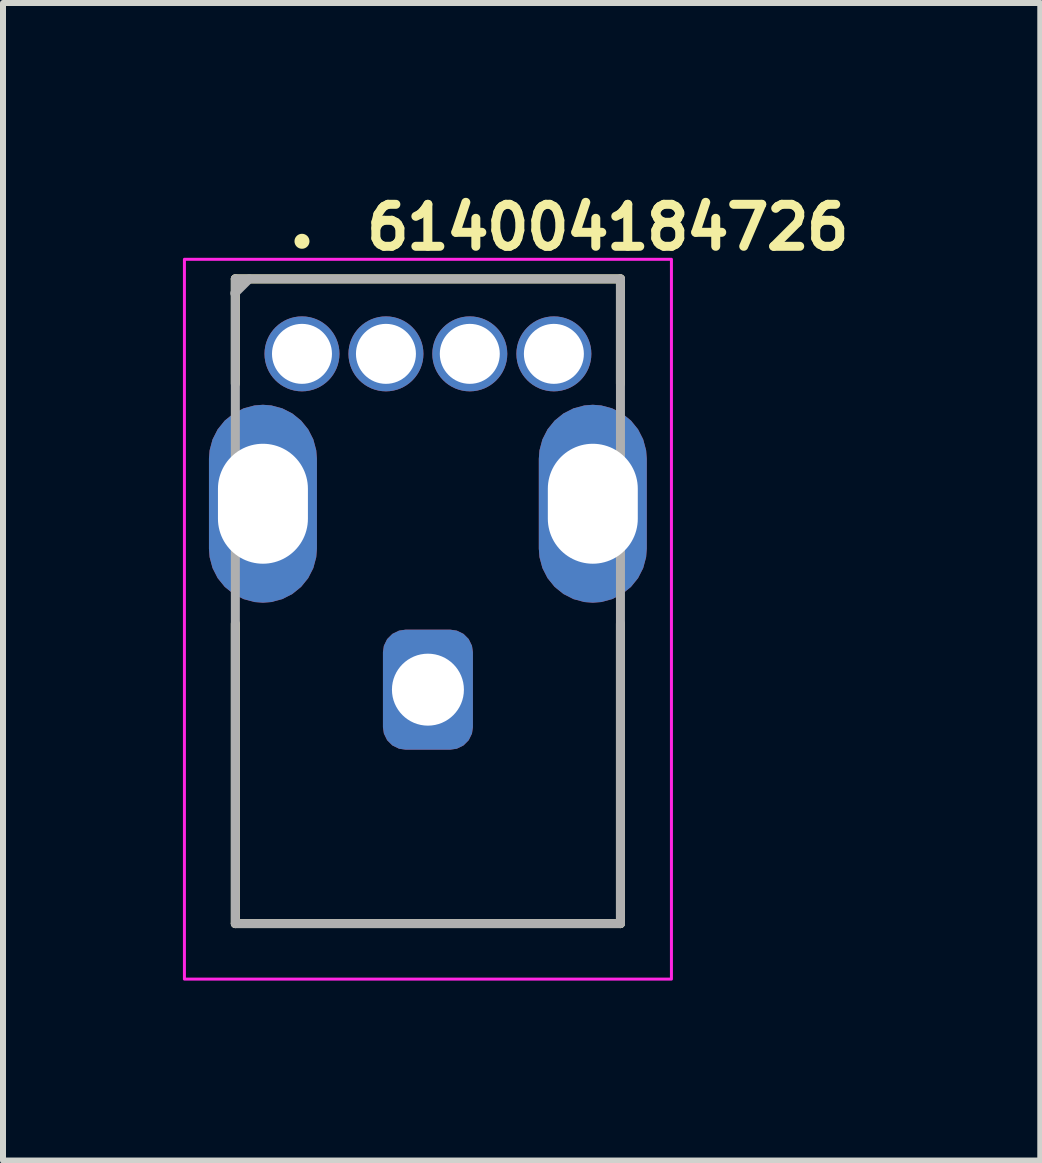
<source format=kicad_pcb>
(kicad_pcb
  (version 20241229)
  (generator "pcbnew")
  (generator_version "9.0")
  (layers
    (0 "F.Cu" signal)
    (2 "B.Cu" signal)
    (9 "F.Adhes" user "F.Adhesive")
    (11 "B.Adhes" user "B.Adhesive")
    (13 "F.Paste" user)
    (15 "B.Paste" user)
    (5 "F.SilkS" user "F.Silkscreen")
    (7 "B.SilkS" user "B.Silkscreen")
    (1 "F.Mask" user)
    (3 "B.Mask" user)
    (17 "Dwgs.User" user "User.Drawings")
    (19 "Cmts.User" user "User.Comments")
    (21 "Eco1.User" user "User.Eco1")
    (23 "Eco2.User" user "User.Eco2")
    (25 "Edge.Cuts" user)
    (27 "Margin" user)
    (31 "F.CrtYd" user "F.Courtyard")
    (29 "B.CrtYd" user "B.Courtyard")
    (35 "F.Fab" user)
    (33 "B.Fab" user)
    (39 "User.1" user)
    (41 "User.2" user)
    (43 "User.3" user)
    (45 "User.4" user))
  (footprint "614004184726"
    (layer "F.Cu")
    (at 1.985 2.85)
    (property "Reference" "614004184726" (at 1 -1.7 0) (layer "F.SilkS") (effects (font (size 0.7 0.7) (thickness 0.15)) (justify left bottom)))
    (attr through_hole)
    (fp_line (start -1.111 -1.25) (end 5.31 -1.25) (stroke (width 0.15) (type solid)) (layer "F.SilkS"))
    (fp_line (start -1.111 0.498) (end -1.111 -1.25) (stroke (width 0.15) (type solid)) (layer "F.SilkS"))
    (fp_line (start -1.111 4.498) (end -1.111 9.499) (stroke (width 0.15) (type solid)) (layer "F.SilkS"))
    (fp_line (start -1.111 9.499) (end 5.31 9.499) (stroke (width 0.15) (type solid)) (layer "F.SilkS"))
    (fp_line (start 5.31 -1.25) (end 5.31 0.498) (stroke (width 0.15) (type solid)) (layer "F.SilkS"))
    (fp_line (start 5.31 9.499) (end 5.31 4.498) (stroke (width 0.15) (type solid)) (layer "F.SilkS"))
    (fp_circle (center 0 -1.877) (end 0.05 -1.877) (stroke (width 0.15) (type solid)) (fill yes) (layer "F.SilkS"))
    (fp_rect (start -1.96 -1.577) (end 6.16 10.425) (stroke (width 0.05) (type solid)) (fill no) (layer "F.CrtYd"))
    (fp_line (start -1.121 -1.01) (end -0.88 -1.25) (stroke (width 0.15) (type solid)) (layer "F.Fab"))
    (fp_line (start -1.111 -1.25) (end -1.111 9.499) (stroke (width 0.15) (type solid)) (layer "F.Fab"))
    (fp_line (start -1.111 9.499) (end 5.31 9.499) (stroke (width 0.15) (type solid)) (layer "F.Fab"))
    (fp_line (start 5.31 -1.25) (end -1.111 -1.25) (stroke (width 0.15) (type solid)) (layer "F.Fab"))
    (fp_line (start 5.31 9.499) (end 5.31 -1.25) (stroke (width 0.15) (type solid)) (layer "F.Fab"))
    (fp_rect (start -1.46 -1.077) (end 5.66 9.925) (stroke (width 0.1) (type solid)) (fill no) (layer "User.5"))
    (fp_line (start -1.46 1.852) (end -1.46 1.852) (stroke (width 0.02) (type solid)) (layer "User.9"))
    (fp_line (start -1.46 1.852) (end -1.46 1.852) (stroke (width 0.02) (type solid)) (layer "User.9"))
    (fp_line (start -1.46 1.852) (end -1.46 1.852) (stroke (width 0.02) (type solid)) (layer "User.9"))
    (fp_line (start -1.46 1.852) (end -1.46 1.852) (stroke (width 0.02) (type solid)) (layer "User.9"))
    (fp_line (start -1.46 1.852) (end -1.46 3.205) (stroke (width 0.02) (type solid)) (layer "User.9"))
    (fp_line (start -1.46 1.852) (end -1.458 1.85) (stroke (width 0.02) (type solid)) (layer "User.9"))
    (fp_line (start -1.46 3.205) (end -1.46 3.205) (stroke (width 0.02) (type solid)) (layer "User.9"))
    (fp_line (start -1.46 3.206) (end -1.46 3.205) (stroke (width 0.02) (type solid)) (layer "User.9"))
    (fp_line (start -1.458 1.85) (end -1.456 1.85) (stroke (width 0.02) (type solid)) (layer "User.9"))
    (fp_line (start -1.458 3.208) (end -1.46 3.206) (stroke (width 0.02) (type solid)) (layer "User.9"))
    (fp_line (start -1.456 1.85) (end -1.452 1.85) (stroke (width 0.02) (type solid)) (layer "User.9"))
    (fp_line (start -1.456 3.208) (end -1.458 3.208) (stroke (width 0.02) (type solid)) (layer "User.9"))
    (fp_line (start -1.452 1.85) (end -1.448 1.85) (stroke (width 0.02) (type solid)) (layer "User.9"))
    (fp_line (start -1.448 1.85) (end -1.444 1.848) (stroke (width 0.02) (type solid)) (layer "User.9"))
    (fp_line (start -1.448 3.209) (end -1.456 3.208) (stroke (width 0.02) (type solid)) (layer "User.9"))
    (fp_line (start -1.444 1.848) (end -1.438 1.848) (stroke (width 0.02) (type solid)) (layer "User.9"))
    (fp_line (start -1.438 1.848) (end -1.432 1.848) (stroke (width 0.02) (type solid)) (layer "User.9"))
    (fp_line (start -1.438 3.21) (end -1.448 3.209) (stroke (width 0.02) (type solid)) (layer "User.9"))
    (fp_line (start -1.432 1.848) (end -1.426 1.846) (stroke (width 0.02) (type solid)) (layer "User.9"))
    (fp_line (start -1.426 1.846) (end -1.41 1.846) (stroke (width 0.02) (type solid)) (layer "User.9"))
    (fp_line (start -1.426 3.212) (end -1.438 3.21) (stroke (width 0.02) (type solid)) (layer "User.9"))
    (fp_line (start -1.41 1.846) (end -1.393 1.844) (stroke (width 0.02) (type solid)) (layer "User.9"))
    (fp_line (start -1.41 3.213) (end -1.426 3.212) (stroke (width 0.02) (type solid)) (layer "User.9"))
    (fp_line (start -1.393 1.844) (end -1.371 1.844) (stroke (width 0.02) (type solid)) (layer "User.9"))
    (fp_line (start -1.371 3.214) (end -1.41 3.213) (stroke (width 0.02) (type solid)) (layer "User.9"))
    (fp_line (start -1.371 3.214) (end -0.96 3.233) (stroke (width 0.02) (type solid)) (layer "User.9"))
    (fp_line (start -1.111 0.974) (end -1.111 -0.776) (stroke (width 0.02) (type solid)) (layer "User.9"))
    (fp_line (start -1.111 1.624) (end -1.111 0.974) (stroke (width 0.02) (type solid)) (layer "User.9"))
    (fp_line (start -1.101 -0.776) (end -1.111 -0.776) (stroke (width 0.02) (type solid)) (layer "User.9"))
    (fp_line (start -1.101 -0.776) (end -1.057 -0.776) (stroke (width 0.02) (type solid)) (layer "User.9"))
    (fp_line (start -1.101 1.624) (end -1.111 1.624) (stroke (width 0.02) (type solid)) (layer "User.9"))
    (fp_line (start -1.101 1.773) (end -1.101 -0.776) (stroke (width 0.02) (type solid)) (layer "User.9"))
    (fp_line (start -1.101 1.83) (end -1.371 1.844) (stroke (width 0.02) (type solid)) (layer "User.9"))
    (fp_line (start -1.101 2.233) (end -1.101 1.773) (stroke (width 0.02) (type solid)) (layer "User.9"))
    (fp_line (start -1.101 2.233) (end -1.101 2.233) (stroke (width 0.02) (type solid)) (layer "User.9"))
    (fp_line (start -1.101 2.325) (end -1.101 2.233) (stroke (width 0.02) (type solid)) (layer "User.9"))
    (fp_line (start -1.101 2.325) (end -1.101 2.325) (stroke (width 0.02) (type solid)) (layer "User.9"))
    (fp_line (start -1.101 2.387) (end -1.101 2.325) (stroke (width 0.02) (type solid)) (layer "User.9"))
    (fp_line (start -1.101 2.387) (end -1.101 2.387) (stroke (width 0.02) (type solid)) (layer "User.9"))
    (fp_line (start -1.101 2.419) (end -1.101 2.387) (stroke (width 0.02) (type solid)) (layer "User.9"))
    (fp_line (start -1.101 2.419) (end -1.101 2.419) (stroke (width 0.02) (type solid)) (layer "User.9"))
    (fp_line (start -1.101 2.423) (end -1.101 2.419) (stroke (width 0.02) (type solid)) (layer "User.9"))
    (fp_line (start -1.101 2.423) (end -0.76 2.423) (stroke (width 0.02) (type solid)) (layer "User.9"))
    (fp_line (start -1.061 -0.743) (end -1.061 -0.726) (stroke (width 0.02) (type solid)) (layer "User.9"))
    (fp_line (start -1.061 0.524) (end -1.061 -0.726) (stroke (width 0.02) (type solid)) (layer "User.9"))
    (fp_line (start -1.061 0.524) (end -0.76 0.524) (stroke (width 0.02) (type solid)) (layer "User.9"))
    (fp_line (start -1.059 -0.76) (end -1.061 -0.743) (stroke (width 0.02) (type solid)) (layer "User.9"))
    (fp_line (start -1.057 -0.778) (end -1.059 -0.76) (stroke (width 0.02) (type solid)) (layer "User.9"))
    (fp_line (start -1.055 -0.795) (end -1.057 -0.778) (stroke (width 0.02) (type solid)) (layer "User.9"))
    (fp_line (start -1.051 -0.812) (end -1.055 -0.795) (stroke (width 0.02) (type solid)) (layer "User.9"))
    (fp_line (start -1.045 -0.828) (end -1.051 -0.812) (stroke (width 0.02) (type solid)) (layer "User.9"))
    (fp_line (start -1.041 -0.844) (end -1.045 -0.828) (stroke (width 0.02) (type solid)) (layer "User.9"))
    (fp_line (start -1.035 -0.859) (end -1.041 -0.844) (stroke (width 0.02) (type solid)) (layer "User.9"))
    (fp_line (start -1.027 -0.875) (end -1.035 -0.859) (stroke (width 0.02) (type solid)) (layer "User.9"))
    (fp_line (start -1.02 -0.89) (end -1.027 -0.875) (stroke (width 0.02) (type solid)) (layer "User.9"))
    (fp_line (start -1.012 -0.906) (end -1.02 -0.89) (stroke (width 0.02) (type solid)) (layer "User.9"))
    (fp_line (start -1.002 -0.921) (end -1.012 -0.906) (stroke (width 0.02) (type solid)) (layer "User.9"))
    (fp_line (start -0.992 -0.935) (end -1.002 -0.921) (stroke (width 0.02) (type solid)) (layer "User.9"))
    (fp_line (start -0.981 -0.948) (end -0.992 -0.935) (stroke (width 0.02) (type solid)) (layer "User.9"))
    (fp_line (start -0.97 -0.96) (end -0.981 -0.948) (stroke (width 0.02) (type solid)) (layer "User.9"))
    (fp_line (start -0.96 3.233) (end -0.873 3.238) (stroke (width 0.02) (type solid)) (layer "User.9"))
    (fp_line (start -0.959 -0.973) (end -0.97 -0.96) (stroke (width 0.02) (type solid)) (layer "User.9"))
    (fp_line (start -0.959 -0.973) (end -0.959 -0.973) (stroke (width 0.02) (type solid)) (layer "User.9"))
    (fp_line (start -0.946 -0.985) (end -0.959 -0.973) (stroke (width 0.02) (type solid)) (layer "User.9"))
    (fp_line (start -0.933 -0.996) (end -0.946 -0.985) (stroke (width 0.02) (type solid)) (layer "User.9"))
    (fp_line (start -0.92 -1.008) (end -0.933 -0.996) (stroke (width 0.02) (type solid)) (layer "User.9"))
    (fp_line (start -0.906 -1.018) (end -0.92 -1.008) (stroke (width 0.02) (type solid)) (layer "User.9"))
    (fp_line (start -0.89 -1.027) (end -0.906 -1.018) (stroke (width 0.02) (type solid)) (layer "User.9"))
    (fp_line (start -0.875 -1.035) (end -0.89 -1.027) (stroke (width 0.02) (type solid)) (layer "User.9"))
    (fp_line (start -0.873 3.238) (end -0.839 3.241) (stroke (width 0.02) (type solid)) (layer "User.9"))
    (fp_line (start -0.86 -1.043) (end -0.875 -1.035) (stroke (width 0.02) (type solid)) (layer "User.9"))
    (fp_line (start -0.86 8.105) (end -0.77 7.943) (stroke (width 0.02) (type solid)) (layer "User.9"))
    (fp_line (start -0.86 8.105) (end -0.76 8.16) (stroke (width 0.02) (type solid)) (layer "User.9"))
    (fp_line (start -0.844 -1.049) (end -0.86 -1.043) (stroke (width 0.02) (type solid)) (layer "User.9"))
    (fp_line (start -0.839 3.241) (end -0.812 3.244) (stroke (width 0.02) (type solid)) (layer "User.9"))
    (fp_line (start -0.83 -1.055) (end -0.844 -1.049) (stroke (width 0.02) (type solid)) (layer "User.9"))
    (fp_line (start -0.813 -1.061) (end -0.83 -1.055) (stroke (width 0.02) (type solid)) (layer "User.9"))
    (fp_line (start -0.812 3.244) (end -0.791 3.246) (stroke (width 0.02) (type solid)) (layer "User.9"))
    (fp_line (start -0.797 -1.065) (end -0.813 -1.061) (stroke (width 0.02) (type solid)) (layer "User.9"))
    (fp_line (start -0.791 3.246) (end -0.775 3.249) (stroke (width 0.02) (type solid)) (layer "User.9"))
    (fp_line (start -0.78 -1.069) (end -0.797 -1.065) (stroke (width 0.02) (type solid)) (layer "User.9"))
    (fp_line (start -0.775 3.249) (end -0.768 3.25) (stroke (width 0.02) (type solid)) (layer "User.9"))
    (fp_line (start -0.768 3.25) (end -0.764 3.252) (stroke (width 0.02) (type solid)) (layer "User.9"))
    (fp_line (start -0.764 3.252) (end -0.762 3.253) (stroke (width 0.02) (type solid)) (layer "User.9"))
    (fp_line (start -0.762 -1.073) (end -0.78 -1.069) (stroke (width 0.02) (type solid)) (layer "User.9"))
    (fp_line (start -0.762 3.253) (end -0.76 3.253) (stroke (width 0.02) (type solid)) (layer "User.9"))
    (fp_line (start -0.76 -0.735) (end -0.759 -0.738) (stroke (width 0.02) (type solid)) (layer "User.9"))
    (fp_line (start -0.76 -0.733) (end -0.76 -0.735) (stroke (width 0.02) (type solid)) (layer "User.9"))
    (fp_line (start -0.76 -0.73) (end -0.76 -0.733) (stroke (width 0.02) (type solid)) (layer "User.9"))
    (fp_line (start -0.76 -0.728) (end -0.76 -0.73) (stroke (width 0.02) (type solid)) (layer "User.9"))
    (fp_line (start -0.76 -0.726) (end -0.76 -0.728) (stroke (width 0.02) (type solid)) (layer "User.9"))
    (fp_line (start -0.76 -0.375) (end -0.76 -0.726) (stroke (width 0.02) (type solid)) (layer "User.9"))
    (fp_line (start -0.76 -0.375) (end -0.76 9.925) (stroke (width 0.02) (type solid)) (layer "User.9"))
    (fp_line (start -0.76 7.927) (end -0.77 7.943) (stroke (width 0.02) (type solid)) (layer "User.9"))
    (fp_line (start -0.759 -0.738) (end -0.758 -0.74) (stroke (width 0.02) (type solid)) (layer "User.9"))
    (fp_line (start -0.758 -0.742) (end -0.757 -0.745) (stroke (width 0.02) (type solid)) (layer "User.9"))
    (fp_line (start -0.758 -0.74) (end -0.758 -0.742) (stroke (width 0.02) (type solid)) (layer "User.9"))
    (fp_line (start -0.757 -0.745) (end -0.756 -0.747) (stroke (width 0.02) (type solid)) (layer "User.9"))
    (fp_line (start -0.756 -0.747) (end -0.755 -0.749) (stroke (width 0.02) (type solid)) (layer "User.9"))
    (fp_line (start -0.755 -0.749) (end -0.753 -0.751) (stroke (width 0.02) (type solid)) (layer "User.9"))
    (fp_line (start -0.753 -0.751) (end -0.752 -0.753) (stroke (width 0.02) (type solid)) (layer "User.9"))
    (fp_line (start -0.752 -0.753) (end -0.751 -0.755) (stroke (width 0.02) (type solid)) (layer "User.9"))
    (fp_line (start -0.751 -0.755) (end -0.749 -0.757) (stroke (width 0.02) (type solid)) (layer "User.9"))
    (fp_line (start -0.749 -0.757) (end -0.748 -0.759) (stroke (width 0.02) (type solid)) (layer "User.9"))
    (fp_line (start -0.748 -0.759) (end -0.746 -0.761) (stroke (width 0.02) (type solid)) (layer "User.9"))
    (fp_line (start -0.746 -0.761) (end -0.746 -0.761) (stroke (width 0.02) (type solid)) (layer "User.9"))
    (fp_line (start -0.746 -0.761) (end -0.744 -0.763) (stroke (width 0.02) (type solid)) (layer "User.9"))
    (fp_line (start -0.745 -1.075) (end -0.762 -1.073) (stroke (width 0.02) (type solid)) (layer "User.9"))
    (fp_line (start -0.744 -0.763) (end -0.742 -0.764) (stroke (width 0.02) (type solid)) (layer "User.9"))
    (fp_line (start -0.742 -0.764) (end -0.74 -0.766) (stroke (width 0.02) (type solid)) (layer "User.9"))
    (fp_line (start -0.74 -0.766) (end -0.738 -0.767) (stroke (width 0.02) (type solid)) (layer "User.9"))
    (fp_line (start -0.738 -0.767) (end -0.736 -0.768) (stroke (width 0.02) (type solid)) (layer "User.9"))
    (fp_line (start -0.736 -0.768) (end -0.734 -0.771) (stroke (width 0.02) (type solid)) (layer "User.9"))
    (fp_line (start -0.734 -0.771) (end -0.732 -0.772) (stroke (width 0.02) (type solid)) (layer "User.9"))
    (fp_line (start -0.732 -0.772) (end -0.73 -0.773) (stroke (width 0.02) (type solid)) (layer "User.9"))
    (fp_line (start -0.73 -0.773) (end -0.727 -0.774) (stroke (width 0.02) (type solid)) (layer "User.9"))
    (fp_line (start -0.728 -1.075) (end -0.745 -1.075) (stroke (width 0.02) (type solid)) (layer "User.9"))
    (fp_line (start -0.727 -0.774) (end -0.725 -0.774) (stroke (width 0.02) (type solid)) (layer "User.9"))
    (fp_line (start -0.725 -0.774) (end -0.723 -0.775) (stroke (width 0.02) (type solid)) (layer "User.9"))
    (fp_line (start -0.723 -0.775) (end -0.72 -0.776) (stroke (width 0.02) (type solid)) (layer "User.9"))
    (fp_line (start -0.72 -0.776) (end -0.718 -0.776) (stroke (width 0.02) (type solid)) (layer "User.9"))
    (fp_line (start -0.718 -0.776) (end -0.715 -0.776) (stroke (width 0.02) (type solid)) (layer "User.9"))
    (fp_line (start -0.715 -0.776) (end -0.713 -0.776) (stroke (width 0.02) (type solid)) (layer "User.9"))
    (fp_line (start -0.713 -0.776) (end -0.71 -0.776) (stroke (width 0.02) (type solid)) (layer "User.9"))
    (fp_line (start -0.71 -1.077) (end -0.728 -1.075) (stroke (width 0.02) (type solid)) (layer "User.9"))
    (fp_line (start -0.71 -1.077) (end -0.411 -1.077) (stroke (width 0.02) (type solid)) (layer "User.9"))
    (fp_line (start -0.71 -0.776) (end -0.461 -0.776) (stroke (width 0.02) (type solid)) (layer "User.9"))
    (fp_line (start -0.659 -0.375) (end -0.76 -0.375) (stroke (width 0.02) (type solid)) (layer "User.9"))
    (fp_line (start -0.659 -0.375) (end -0.659 -0.375) (stroke (width 0.02) (type solid)) (layer "User.9"))
    (fp_line (start -0.659 9.925) (end -0.76 9.925) (stroke (width 0.02) (type solid)) (layer "User.9"))
    (fp_line (start -0.659 9.925) (end -0.659 9.925) (stroke (width 0.02) (type solid)) (layer "User.9"))
    (fp_line (start -0.461 -0.776) (end -0.411 -0.776) (stroke (width 0.02) (type solid)) (layer "User.9"))
    (fp_line (start -0.461 -0.375) (end -0.461 -0.776) (stroke (width 0.02) (type solid)) (layer "User.9"))
    (fp_line (start -0.411 -1.077) (end 1.249 -1.077) (stroke (width 0.02) (type solid)) (layer "User.9"))
    (fp_line (start -0.411 -0.973) (end -0.411 -1.077) (stroke (width 0.02) (type solid)) (layer "User.9"))
    (fp_line (start -0.411 -0.973) (end -0.411 -0.973) (stroke (width 0.02) (type solid)) (layer "User.9"))
    (fp_line (start -0.411 -0.726) (end -0.411 -0.973) (stroke (width 0.02) (type solid)) (layer "User.9"))
    (fp_line (start -0.411 -0.726) (end -0.411 -0.375) (stroke (width 0.02) (type solid)) (layer "User.9"))
    (fp_line (start -0.411 -0.375) (end -0.659 -0.375) (stroke (width 0.02) (type solid)) (layer "User.9"))
    (fp_line (start -0.411 9.925) (end -0.659 9.925) (stroke (width 0.02) (type solid)) (layer "User.9"))
    (fp_line (start -0.411 9.925) (end 4.608 9.925) (stroke (width 0.02) (type solid)) (layer "User.9"))
    (fp_line (start 0.663 8.111) (end 0.663 8.115) (stroke (width 0.02) (type solid)) (layer "User.9"))
    (fp_line (start 0.663 8.111) (end 0.986 3.112) (stroke (width 0.02) (type solid)) (layer "User.9"))
    (fp_line (start 0.663 8.115) (end 0.663 8.118) (stroke (width 0.02) (type solid)) (layer "User.9"))
    (fp_line (start 0.663 8.118) (end 0.663 8.121) (stroke (width 0.02) (type solid)) (layer "User.9"))
    (fp_line (start 0.663 8.121) (end 0.663 8.124) (stroke (width 0.02) (type solid)) (layer "User.9"))
    (fp_line (start 0.663 8.124) (end 0.663 8.134) (stroke (width 0.02) (type solid)) (layer "User.9"))
    (fp_line (start 0.663 8.134) (end 0.664 8.144) (stroke (width 0.02) (type solid)) (layer "User.9"))
    (fp_line (start 0.664 8.144) (end 0.665 8.154) (stroke (width 0.02) (type solid)) (layer "User.9"))
    (fp_line (start 0.665 8.154) (end 0.667 8.165) (stroke (width 0.02) (type solid)) (layer "User.9"))
    (fp_line (start 0.667 8.165) (end 0.669 8.173) (stroke (width 0.02) (type solid)) (layer "User.9"))
    (fp_line (start 0.669 8.173) (end 0.672 8.184) (stroke (width 0.02) (type solid)) (layer "User.9"))
    (fp_line (start 0.672 8.184) (end 0.675 8.192) (stroke (width 0.02) (type solid)) (layer "User.9"))
    (fp_line (start 0.675 8.192) (end 0.679 8.201) (stroke (width 0.02) (type solid)) (layer "User.9"))
    (fp_line (start 0.679 8.201) (end 0.683 8.211) (stroke (width 0.02) (type solid)) (layer "User.9"))
    (fp_line (start 0.683 8.211) (end 0.687 8.22) (stroke (width 0.02) (type solid)) (layer "User.9"))
    (fp_line (start 0.687 8.22) (end 0.692 8.227) (stroke (width 0.02) (type solid)) (layer "User.9"))
    (fp_line (start 0.692 8.227) (end 0.697 8.236) (stroke (width 0.02) (type solid)) (layer "User.9"))
    (fp_line (start 0.697 8.236) (end 0.703 8.243) (stroke (width 0.02) (type solid)) (layer "User.9"))
    (fp_line (start 0.703 8.243) (end 0.708 8.252) (stroke (width 0.02) (type solid)) (layer "User.9"))
    (fp_line (start 0.708 8.252) (end 0.714 8.259) (stroke (width 0.02) (type solid)) (layer "User.9"))
    (fp_line (start 0.714 8.259) (end 0.72 8.265) (stroke (width 0.02) (type solid)) (layer "User.9"))
    (fp_line (start 0.72 8.265) (end 0.727 8.272) (stroke (width 0.02) (type solid)) (layer "User.9"))
    (fp_line (start 0.727 8.272) (end 0.735 8.278) (stroke (width 0.02) (type solid)) (layer "User.9"))
    (fp_line (start 0.73 8.275) (end 1.14 8.275) (stroke (width 0.02) (type solid)) (layer "User.9"))
    (fp_line (start 0.735 8.278) (end 0.742 8.284) (stroke (width 0.02) (type solid)) (layer "User.9"))
    (fp_line (start 0.742 8.284) (end 0.75 8.29) (stroke (width 0.02) (type solid)) (layer "User.9"))
    (fp_line (start 0.75 8.29) (end 0.758 8.295) (stroke (width 0.02) (type solid)) (layer "User.9"))
    (fp_line (start 0.758 8.295) (end 0.768 8.3) (stroke (width 0.02) (type solid)) (layer "User.9"))
    (fp_line (start 0.768 8.3) (end 0.776 8.304) (stroke (width 0.02) (type solid)) (layer "User.9"))
    (fp_line (start 0.776 8.304) (end 0.785 8.309) (stroke (width 0.02) (type solid)) (layer "User.9"))
    (fp_line (start 0.785 8.309) (end 0.794 8.311) (stroke (width 0.02) (type solid)) (layer "User.9"))
    (fp_line (start 0.794 8.311) (end 0.803 8.316) (stroke (width 0.02) (type solid)) (layer "User.9"))
    (fp_line (start 0.803 8.316) (end 0.813 8.317) (stroke (width 0.02) (type solid)) (layer "User.9"))
    (fp_line (start 0.813 8.317) (end 0.823 8.32) (stroke (width 0.02) (type solid)) (layer "User.9"))
    (fp_line (start 0.823 8.32) (end 0.832 8.322) (stroke (width 0.02) (type solid)) (layer "User.9"))
    (fp_line (start 0.832 8.322) (end 0.841 8.323) (stroke (width 0.02) (type solid)) (layer "User.9"))
    (fp_line (start 0.841 8.323) (end 0.852 8.323) (stroke (width 0.02) (type solid)) (layer "User.9"))
    (fp_line (start 0.852 8.323) (end 0.862 8.323) (stroke (width 0.02) (type solid)) (layer "User.9"))
    (fp_line (start 0.987 3.101) (end 0.986 3.112) (stroke (width 0.02) (type solid)) (layer "User.9"))
    (fp_line (start 0.989 3.092) (end 0.987 3.101) (stroke (width 0.02) (type solid)) (layer "User.9"))
    (fp_line (start 0.99 3.083) (end 0.989 3.092) (stroke (width 0.02) (type solid)) (layer "User.9"))
    (fp_line (start 0.993 3.072) (end 0.99 3.083) (stroke (width 0.02) (type solid)) (layer "User.9"))
    (fp_line (start 0.995 3.063) (end 0.993 3.072) (stroke (width 0.02) (type solid)) (layer "User.9"))
    (fp_line (start 0.998 3.055) (end 0.995 3.063) (stroke (width 0.02) (type solid)) (layer "User.9"))
    (fp_line (start 1.003 3.046) (end 0.998 3.055) (stroke (width 0.02) (type solid)) (layer "User.9"))
    (fp_line (start 1.007 3.038) (end 1.003 3.046) (stroke (width 0.02) (type solid)) (layer "User.9"))
    (fp_line (start 1.009 8.323) (end 0.862 8.323) (stroke (width 0.02) (type solid)) (layer "User.9"))
    (fp_line (start 1.009 8.323) (end 1.019 8.323) (stroke (width 0.02) (type solid)) (layer "User.9"))
    (fp_line (start 1.011 3.03) (end 1.007 3.038) (stroke (width 0.02) (type solid)) (layer "User.9"))
    (fp_line (start 1.015 3.022) (end 1.011 3.03) (stroke (width 0.02) (type solid)) (layer "User.9"))
    (fp_line (start 1.019 3.014) (end 1.015 3.022) (stroke (width 0.02) (type solid)) (layer "User.9"))
    (fp_line (start 1.019 8.323) (end 1.028 8.323) (stroke (width 0.02) (type solid)) (layer "User.9"))
    (fp_line (start 1.026 3.006) (end 1.019 3.014) (stroke (width 0.02) (type solid)) (layer "User.9"))
    (fp_line (start 1.028 8.323) (end 1.038 8.322) (stroke (width 0.02) (type solid)) (layer "User.9"))
    (fp_line (start 1.03 2.999) (end 1.026 3.006) (stroke (width 0.02) (type solid)) (layer "User.9"))
    (fp_line (start 1.036 2.991) (end 1.03 2.999) (stroke (width 0.02) (type solid)) (layer "User.9"))
    (fp_line (start 1.038 8.322) (end 1.048 8.32) (stroke (width 0.02) (type solid)) (layer "User.9"))
    (fp_line (start 1.044 2.984) (end 1.036 2.991) (stroke (width 0.02) (type solid)) (layer "User.9"))
    (fp_line (start 1.048 8.32) (end 1.056 8.319) (stroke (width 0.02) (type solid)) (layer "User.9"))
    (fp_line (start 1.05 2.979) (end 1.044 2.984) (stroke (width 0.02) (type solid)) (layer "User.9"))
    (fp_line (start 1.056 2.971) (end 1.05 2.979) (stroke (width 0.02) (type solid)) (layer "User.9"))
    (fp_line (start 1.056 8.319) (end 1.066 8.316) (stroke (width 0.02) (type solid)) (layer "User.9"))
    (fp_line (start 1.064 2.967) (end 1.056 2.971) (stroke (width 0.02) (type solid)) (layer "User.9"))
    (fp_line (start 1.066 8.316) (end 1.076 8.313) (stroke (width 0.02) (type solid)) (layer "User.9"))
    (fp_line (start 1.072 2.96) (end 1.064 2.967) (stroke (width 0.02) (type solid)) (layer "User.9"))
    (fp_line (start 1.076 8.313) (end 1.084 8.31) (stroke (width 0.02) (type solid)) (layer "User.9"))
    (fp_line (start 1.078 2.955) (end 1.072 2.96) (stroke (width 0.02) (type solid)) (layer "User.9"))
    (fp_line (start 1.084 8.31) (end 1.092 8.306) (stroke (width 0.02) (type solid)) (layer "User.9"))
    (fp_line (start 1.086 2.951) (end 1.078 2.955) (stroke (width 0.02) (type solid)) (layer "User.9"))
    (fp_line (start 1.092 8.306) (end 1.1 8.301) (stroke (width 0.02) (type solid)) (layer "User.9"))
    (fp_line (start 1.094 2.947) (end 1.086 2.951) (stroke (width 0.02) (type solid)) (layer "User.9"))
    (fp_line (start 1.1 8.301) (end 1.11 8.297) (stroke (width 0.02) (type solid)) (layer "User.9"))
    (fp_line (start 1.104 2.942) (end 1.094 2.947) (stroke (width 0.02) (type solid)) (layer "User.9"))
    (fp_line (start 1.11 8.297) (end 1.118 8.291) (stroke (width 0.02) (type solid)) (layer "User.9"))
    (fp_line (start 1.112 2.938) (end 1.104 2.942) (stroke (width 0.02) (type solid)) (layer "User.9"))
    (fp_line (start 1.118 8.291) (end 1.124 8.287) (stroke (width 0.02) (type solid)) (layer "User.9"))
    (fp_line (start 1.12 2.935) (end 1.112 2.938) (stroke (width 0.02) (type solid)) (layer "User.9"))
    (fp_line (start 1.124 8.287) (end 1.132 8.281) (stroke (width 0.02) (type solid)) (layer "User.9"))
    (fp_line (start 1.13 2.933) (end 1.12 2.935) (stroke (width 0.02) (type solid)) (layer "User.9"))
    (fp_line (start 1.132 8.281) (end 1.14 8.275) (stroke (width 0.02) (type solid)) (layer "User.9"))
    (fp_line (start 1.138 2.93) (end 1.13 2.933) (stroke (width 0.02) (type solid)) (layer "User.9"))
    (fp_line (start 1.14 8.275) (end 1.146 8.268) (stroke (width 0.02) (type solid)) (layer "User.9"))
    (fp_line (start 1.146 8.268) (end 1.153 8.262) (stroke (width 0.02) (type solid)) (layer "User.9"))
    (fp_line (start 1.148 2.927) (end 1.138 2.93) (stroke (width 0.02) (type solid)) (layer "User.9"))
    (fp_line (start 1.153 8.262) (end 1.159 8.256) (stroke (width 0.02) (type solid)) (layer "User.9"))
    (fp_line (start 1.157 2.926) (end 1.148 2.927) (stroke (width 0.02) (type solid)) (layer "User.9"))
    (fp_line (start 1.159 8.256) (end 1.165 8.249) (stroke (width 0.02) (type solid)) (layer "User.9"))
    (fp_line (start 1.165 8.249) (end 1.171 8.24) (stroke (width 0.02) (type solid)) (layer "User.9"))
    (fp_line (start 1.167 2.925) (end 1.157 2.926) (stroke (width 0.02) (type solid)) (layer "User.9"))
    (fp_line (start 1.171 8.24) (end 1.177 8.233) (stroke (width 0.02) (type solid)) (layer "User.9"))
    (fp_line (start 1.177 2.925) (end 1.167 2.925) (stroke (width 0.02) (type solid)) (layer "User.9"))
    (fp_line (start 1.177 8.233) (end 1.181 8.226) (stroke (width 0.02) (type solid)) (layer "User.9"))
    (fp_line (start 1.181 8.226) (end 1.185 8.217) (stroke (width 0.02) (type solid)) (layer "User.9"))
    (fp_line (start 1.185 8.217) (end 1.189 8.208) (stroke (width 0.02) (type solid)) (layer "User.9"))
    (fp_line (start 1.187 2.923) (end 1.177 2.925) (stroke (width 0.02) (type solid)) (layer "User.9"))
    (fp_line (start 1.187 2.923) (end 3.011 2.923) (stroke (width 0.02) (type solid)) (layer "User.9"))
    (fp_line (start 1.189 8.208) (end 1.193 8.199) (stroke (width 0.02) (type solid)) (layer "User.9"))
    (fp_line (start 1.193 8.199) (end 1.197 8.191) (stroke (width 0.02) (type solid)) (layer "User.9"))
    (fp_line (start 1.197 8.191) (end 1.199 8.182) (stroke (width 0.02) (type solid)) (layer "User.9"))
    (fp_line (start 1.199 8.182) (end 1.203 8.172) (stroke (width 0.02) (type solid)) (layer "User.9"))
    (fp_line (start 1.203 8.172) (end 1.205 8.163) (stroke (width 0.02) (type solid)) (layer "User.9"))
    (fp_line (start 1.205 8.163) (end 1.207 8.153) (stroke (width 0.02) (type solid)) (layer "User.9"))
    (fp_line (start 1.207 8.143) (end 1.209 8.134) (stroke (width 0.02) (type solid)) (layer "User.9"))
    (fp_line (start 1.207 8.153) (end 1.207 8.143) (stroke (width 0.02) (type solid)) (layer "User.9"))
    (fp_line (start 1.223 7.825) (end 1.209 8.134) (stroke (width 0.02) (type solid)) (layer "User.9"))
    (fp_line (start 1.223 7.825) (end 1.257 7.105) (stroke (width 0.02) (type solid)) (layer "User.9"))
    (fp_line (start 1.249 -1.077) (end 2.95 -1.077) (stroke (width 0.02) (type solid)) (layer "User.9"))
    (fp_line (start 1.249 -0.973) (end 1.249 -1.077) (stroke (width 0.02) (type solid)) (layer "User.9"))
    (fp_line (start 1.249 -0.973) (end 1.249 -0.973) (stroke (width 0.02) (type solid)) (layer "User.9"))
    (fp_line (start 1.249 -0.875) (end 2.95 -0.875) (stroke (width 0.02) (type solid)) (layer "User.9"))
    (fp_line (start 1.249 -0.776) (end 2.95 -0.776) (stroke (width 0.02) (type solid)) (layer "User.9"))
    (fp_line (start 1.249 -0.776) (end 2.95 -0.776) (stroke (width 0.02) (type solid)) (layer "User.9"))
    (fp_line (start 1.249 -0.726) (end 1.249 -0.973) (stroke (width 0.02) (type solid)) (layer "User.9"))
    (fp_line (start 1.249 -0.344) (end 1.249 -0.726) (stroke (width 0.02) (type solid)) (layer "User.9"))
    (fp_line (start 1.257 7.105) (end 1.362 4.927) (stroke (width 0.02) (type solid)) (layer "User.9"))
    (fp_line (start 1.368 4.825) (end 1.362 4.927) (stroke (width 0.02) (type solid)) (layer "User.9"))
    (fp_line (start 1.382 4.536) (end 1.368 4.825) (stroke (width 0.02) (type solid)) (layer "User.9"))
    (fp_line (start 1.409 3.966) (end 1.411 3.958) (stroke (width 0.02) (type solid)) (layer "User.9"))
    (fp_line (start 1.409 3.974) (end 1.409 3.966) (stroke (width 0.02) (type solid)) (layer "User.9"))
    (fp_line (start 1.409 3.982) (end 1.382 4.536) (stroke (width 0.02) (type solid)) (layer "User.9"))
    (fp_line (start 1.409 3.982) (end 1.409 3.974) (stroke (width 0.02) (type solid)) (layer "User.9"))
    (fp_line (start 1.409 3.982) (end 1.417 3.809) (stroke (width 0.02) (type solid)) (layer "User.9"))
    (fp_line (start 1.411 3.958) (end 1.413 3.95) (stroke (width 0.02) (type solid)) (layer "User.9"))
    (fp_line (start 1.413 3.95) (end 1.415 3.942) (stroke (width 0.02) (type solid)) (layer "User.9"))
    (fp_line (start 1.415 3.942) (end 1.419 3.934) (stroke (width 0.02) (type solid)) (layer "User.9"))
    (fp_line (start 1.417 3.793) (end 1.419 3.785) (stroke (width 0.02) (type solid)) (layer "User.9"))
    (fp_line (start 1.417 3.801) (end 1.417 3.793) (stroke (width 0.02) (type solid)) (layer "User.9"))
    (fp_line (start 1.417 3.809) (end 1.417 3.801) (stroke (width 0.02) (type solid)) (layer "User.9"))
    (fp_line (start 1.419 3.785) (end 1.421 3.777) (stroke (width 0.02) (type solid)) (layer "User.9"))
    (fp_line (start 1.419 3.934) (end 1.421 3.927) (stroke (width 0.02) (type solid)) (layer "User.9"))
    (fp_line (start 1.421 3.777) (end 1.423 3.769) (stroke (width 0.02) (type solid)) (layer "User.9"))
    (fp_line (start 1.421 3.927) (end 1.425 3.921) (stroke (width 0.02) (type solid)) (layer "User.9"))
    (fp_line (start 1.423 3.769) (end 1.427 3.761) (stroke (width 0.02) (type solid)) (layer "User.9"))
    (fp_line (start 1.425 3.921) (end 1.429 3.914) (stroke (width 0.02) (type solid)) (layer "User.9"))
    (fp_line (start 1.427 3.761) (end 1.431 3.754) (stroke (width 0.02) (type solid)) (layer "User.9"))
    (fp_line (start 1.429 3.914) (end 1.435 3.906) (stroke (width 0.02) (type solid)) (layer "User.9"))
    (fp_line (start 1.431 3.754) (end 1.433 3.748) (stroke (width 0.02) (type solid)) (layer "User.9"))
    (fp_line (start 1.433 3.748) (end 1.439 3.741) (stroke (width 0.02) (type solid)) (layer "User.9"))
    (fp_line (start 1.435 3.906) (end 1.439 3.899) (stroke (width 0.02) (type solid)) (layer "User.9"))
    (fp_line (start 1.439 3.741) (end 1.443 3.733) (stroke (width 0.02) (type solid)) (layer "User.9"))
    (fp_line (start 1.439 3.899) (end 1.445 3.894) (stroke (width 0.02) (type solid)) (layer "User.9"))
    (fp_line (start 1.443 3.733) (end 1.447 3.728) (stroke (width 0.02) (type solid)) (layer "User.9"))
    (fp_line (start 1.445 3.894) (end 1.451 3.887) (stroke (width 0.02) (type solid)) (layer "User.9"))
    (fp_line (start 1.447 3.728) (end 1.453 3.721) (stroke (width 0.02) (type solid)) (layer "User.9"))
    (fp_line (start 1.451 3.887) (end 1.457 3.882) (stroke (width 0.02) (type solid)) (layer "User.9"))
    (fp_line (start 1.453 3.721) (end 1.459 3.714) (stroke (width 0.02) (type solid)) (layer "User.9"))
    (fp_line (start 1.457 3.882) (end 1.463 3.875) (stroke (width 0.02) (type solid)) (layer "User.9"))
    (fp_line (start 1.459 3.714) (end 1.465 3.708) (stroke (width 0.02) (type solid)) (layer "User.9"))
    (fp_line (start 1.463 3.875) (end 1.469 3.87) (stroke (width 0.02) (type solid)) (layer "User.9"))
    (fp_line (start 1.465 3.708) (end 1.471 3.703) (stroke (width 0.02) (type solid)) (layer "User.9"))
    (fp_line (start 1.469 3.87) (end 1.477 3.865) (stroke (width 0.02) (type solid)) (layer "User.9"))
    (fp_line (start 1.471 3.703) (end 1.479 3.697) (stroke (width 0.02) (type solid)) (layer "User.9"))
    (fp_line (start 1.477 3.865) (end 1.485 3.859) (stroke (width 0.02) (type solid)) (layer "User.9"))
    (fp_line (start 1.479 3.697) (end 1.485 3.692) (stroke (width 0.02) (type solid)) (layer "User.9"))
    (fp_line (start 1.485 3.692) (end 1.493 3.687) (stroke (width 0.02) (type solid)) (layer "User.9"))
    (fp_line (start 1.485 3.859) (end 1.491 3.854) (stroke (width 0.02) (type solid)) (layer "User.9"))
    (fp_line (start 1.491 3.854) (end 1.499 3.85) (stroke (width 0.02) (type solid)) (layer "User.9"))
    (fp_line (start 1.493 3.687) (end 1.501 3.683) (stroke (width 0.02) (type solid)) (layer "User.9"))
    (fp_line (start 1.499 3.85) (end 1.507 3.846) (stroke (width 0.02) (type solid)) (layer "User.9"))
    (fp_line (start 1.501 3.683) (end 1.507 3.677) (stroke (width 0.02) (type solid)) (layer "User.9"))
    (fp_line (start 1.507 3.677) (end 1.515 3.673) (stroke (width 0.02) (type solid)) (layer "User.9"))
    (fp_line (start 1.507 3.846) (end 1.515 3.842) (stroke (width 0.02) (type solid)) (layer "User.9"))
    (fp_line (start 1.515 3.673) (end 1.525 3.669) (stroke (width 0.02) (type solid)) (layer "User.9"))
    (fp_line (start 1.515 3.842) (end 1.525 3.839) (stroke (width 0.02) (type solid)) (layer "User.9"))
    (fp_line (start 1.525 3.669) (end 1.533 3.667) (stroke (width 0.02) (type solid)) (layer "User.9"))
    (fp_line (start 1.525 3.839) (end 1.533 3.836) (stroke (width 0.02) (type solid)) (layer "User.9"))
    (fp_line (start 1.533 3.667) (end 1.542 3.663) (stroke (width 0.02) (type solid)) (layer "User.9"))
    (fp_line (start 1.533 3.836) (end 1.542 3.833) (stroke (width 0.02) (type solid)) (layer "User.9"))
    (fp_line (start 1.542 3.663) (end 1.55 3.66) (stroke (width 0.02) (type solid)) (layer "User.9"))
    (fp_line (start 1.542 3.833) (end 1.552 3.83) (stroke (width 0.02) (type solid)) (layer "User.9"))
    (fp_line (start 1.55 3.66) (end 1.56 3.657) (stroke (width 0.02) (type solid)) (layer "User.9"))
    (fp_line (start 1.552 3.83) (end 1.56 3.829) (stroke (width 0.02) (type solid)) (layer "User.9"))
    (fp_line (start 1.56 3.657) (end 1.568 3.656) (stroke (width 0.02) (type solid)) (layer "User.9"))
    (fp_line (start 1.56 3.829) (end 1.57 3.826) (stroke (width 0.02) (type solid)) (layer "User.9"))
    (fp_line (start 1.568 3.656) (end 1.578 3.653) (stroke (width 0.02) (type solid)) (layer "User.9"))
    (fp_line (start 1.57 3.826) (end 1.58 3.825) (stroke (width 0.02) (type solid)) (layer "User.9"))
    (fp_line (start 1.578 3.653) (end 1.588 3.652) (stroke (width 0.02) (type solid)) (layer "User.9"))
    (fp_line (start 1.58 3.825) (end 1.588 3.825) (stroke (width 0.02) (type solid)) (layer "User.9"))
    (fp_line (start 1.588 3.652) (end 1.596 3.652) (stroke (width 0.02) (type solid)) (layer "User.9"))
    (fp_line (start 1.588 3.825) (end 1.598 3.825) (stroke (width 0.02) (type solid)) (layer "User.9"))
    (fp_line (start 1.596 3.652) (end 1.606 3.652) (stroke (width 0.02) (type solid)) (layer "User.9"))
    (fp_line (start 1.598 3.825) (end 1.608 3.825) (stroke (width 0.02) (type solid)) (layer "User.9"))
    (fp_line (start 1.606 3.652) (end 1.616 3.652) (stroke (width 0.02) (type solid)) (layer "User.9"))
    (fp_line (start 1.608 3.825) (end 2.589 3.825) (stroke (width 0.02) (type solid)) (layer "User.9"))
    (fp_line (start 1.616 3.652) (end 2.581 3.652) (stroke (width 0.02) (type solid)) (layer "User.9"))
    (fp_line (start 2.089 3.652) (end 2.089 2.923) (stroke (width 0.02) (type solid)) (layer "User.9"))
    (fp_line (start 2.581 3.652) (end 2.592 3.652) (stroke (width 0.02) (type solid)) (layer "User.9"))
    (fp_line (start 2.589 3.825) (end 2.6 3.825) (stroke (width 0.02) (type solid)) (layer "User.9"))
    (fp_line (start 2.592 3.652) (end 2.601 3.652) (stroke (width 0.02) (type solid)) (layer "User.9"))
    (fp_line (start 2.6 3.825) (end 2.609 3.825) (stroke (width 0.02) (type solid)) (layer "User.9"))
    (fp_line (start 2.601 3.652) (end 2.611 3.652) (stroke (width 0.02) (type solid)) (layer "User.9"))
    (fp_line (start 2.609 3.825) (end 2.619 3.825) (stroke (width 0.02) (type solid)) (layer "User.9"))
    (fp_line (start 2.611 3.652) (end 2.62 3.653) (stroke (width 0.02) (type solid)) (layer "User.9"))
    (fp_line (start 2.619 3.825) (end 2.628 3.826) (stroke (width 0.02) (type solid)) (layer "User.9"))
    (fp_line (start 2.62 3.653) (end 2.629 3.656) (stroke (width 0.02) (type solid)) (layer "User.9"))
    (fp_line (start 2.628 3.826) (end 2.637 3.829) (stroke (width 0.02) (type solid)) (layer "User.9"))
    (fp_line (start 2.629 3.656) (end 2.639 3.657) (stroke (width 0.02) (type solid)) (layer "User.9"))
    (fp_line (start 2.637 3.829) (end 2.647 3.83) (stroke (width 0.02) (type solid)) (layer "User.9"))
    (fp_line (start 2.639 3.657) (end 2.656 3.663) (stroke (width 0.02) (type solid)) (layer "User.9"))
    (fp_line (start 2.647 3.83) (end 2.664 3.836) (stroke (width 0.02) (type solid)) (layer "User.9"))
    (fp_line (start 2.656 3.663) (end 2.673 3.669) (stroke (width 0.02) (type solid)) (layer "User.9"))
    (fp_line (start 2.664 3.836) (end 2.683 3.842) (stroke (width 0.02) (type solid)) (layer "User.9"))
    (fp_line (start 2.673 3.669) (end 2.69 3.677) (stroke (width 0.02) (type solid)) (layer "User.9"))
    (fp_line (start 2.683 3.842) (end 2.698 3.85) (stroke (width 0.02) (type solid)) (layer "User.9"))
    (fp_line (start 2.69 3.677) (end 2.705 3.687) (stroke (width 0.02) (type solid)) (layer "User.9"))
    (fp_line (start 2.698 3.85) (end 2.713 3.859) (stroke (width 0.02) (type solid)) (layer "User.9"))
    (fp_line (start 2.705 3.687) (end 2.72 3.697) (stroke (width 0.02) (type solid)) (layer "User.9"))
    (fp_line (start 2.713 3.859) (end 2.729 3.87) (stroke (width 0.02) (type solid)) (layer "User.9"))
    (fp_line (start 2.72 3.697) (end 2.733 3.708) (stroke (width 0.02) (type solid)) (layer "User.9"))
    (fp_line (start 2.729 3.87) (end 2.741 3.882) (stroke (width 0.02) (type solid)) (layer "User.9"))
    (fp_line (start 2.733 3.708) (end 2.74 3.714) (stroke (width 0.02) (type solid)) (layer "User.9"))
    (fp_line (start 2.74 3.714) (end 2.745 3.721) (stroke (width 0.02) (type solid)) (layer "User.9"))
    (fp_line (start 2.741 3.882) (end 2.748 3.887) (stroke (width 0.02) (type solid)) (layer "User.9"))
    (fp_line (start 2.745 3.721) (end 2.75 3.728) (stroke (width 0.02) (type solid)) (layer "User.9"))
    (fp_line (start 2.748 3.887) (end 2.753 3.894) (stroke (width 0.02) (type solid)) (layer "User.9"))
    (fp_line (start 2.75 3.728) (end 2.756 3.733) (stroke (width 0.02) (type solid)) (layer "User.9"))
    (fp_line (start 2.753 3.894) (end 2.758 3.899) (stroke (width 0.02) (type solid)) (layer "User.9"))
    (fp_line (start 2.756 3.733) (end 2.76 3.741) (stroke (width 0.02) (type solid)) (layer "User.9"))
    (fp_line (start 2.758 3.899) (end 2.764 3.906) (stroke (width 0.02) (type solid)) (layer "User.9"))
    (fp_line (start 2.76 3.741) (end 2.765 3.748) (stroke (width 0.02) (type solid)) (layer "User.9"))
    (fp_line (start 2.764 3.906) (end 2.769 3.914) (stroke (width 0.02) (type solid)) (layer "User.9"))
    (fp_line (start 2.765 3.748) (end 2.768 3.754) (stroke (width 0.02) (type solid)) (layer "User.9"))
    (fp_line (start 2.768 3.754) (end 2.772 3.761) (stroke (width 0.02) (type solid)) (layer "User.9"))
    (fp_line (start 2.769 3.914) (end 2.773 3.921) (stroke (width 0.02) (type solid)) (layer "User.9"))
    (fp_line (start 2.772 3.761) (end 2.774 3.769) (stroke (width 0.02) (type solid)) (layer "User.9"))
    (fp_line (start 2.773 3.921) (end 2.777 3.927) (stroke (width 0.02) (type solid)) (layer "User.9"))
    (fp_line (start 2.774 3.769) (end 2.777 3.777) (stroke (width 0.02) (type solid)) (layer "User.9"))
    (fp_line (start 2.776 3.773) (end 3.254 3.773) (stroke (width 0.02) (type solid)) (layer "User.9"))
    (fp_line (start 2.777 3.777) (end 2.778 3.785) (stroke (width 0.02) (type solid)) (layer "User.9"))
    (fp_line (start 2.777 3.927) (end 2.78 3.934) (stroke (width 0.02) (type solid)) (layer "User.9"))
    (fp_line (start 2.778 3.785) (end 2.781 3.793) (stroke (width 0.02) (type solid)) (layer "User.9"))
    (fp_line (start 2.78 3.934) (end 2.782 3.942) (stroke (width 0.02) (type solid)) (layer "User.9"))
    (fp_line (start 2.781 3.793) (end 2.781 3.801) (stroke (width 0.02) (type solid)) (layer "User.9"))
    (fp_line (start 2.781 3.801) (end 2.781 3.809) (stroke (width 0.02) (type solid)) (layer "User.9"))
    (fp_line (start 2.781 3.809) (end 2.789 3.982) (stroke (width 0.02) (type solid)) (layer "User.9"))
    (fp_line (start 2.782 3.942) (end 2.785 3.95) (stroke (width 0.02) (type solid)) (layer "User.9"))
    (fp_line (start 2.785 3.95) (end 2.786 3.958) (stroke (width 0.02) (type solid)) (layer "User.9"))
    (fp_line (start 2.786 3.958) (end 2.789 3.966) (stroke (width 0.02) (type solid)) (layer "User.9"))
    (fp_line (start 2.789 3.966) (end 2.789 3.974) (stroke (width 0.02) (type solid)) (layer "User.9"))
    (fp_line (start 2.789 3.974) (end 2.789 3.982) (stroke (width 0.02) (type solid)) (layer "User.9"))
    (fp_line (start 2.815 4.504) (end 2.959 4.504) (stroke (width 0.02) (type solid)) (layer "User.9"))
    (fp_line (start 2.817 4.536) (end 2.789 3.982) (stroke (width 0.02) (type solid)) (layer "User.9"))
    (fp_line (start 2.821 4.623) (end 2.975 4.623) (stroke (width 0.02) (type solid)) (layer "User.9"))
    (fp_line (start 2.83 4.825) (end 2.817 4.536) (stroke (width 0.02) (type solid)) (layer "User.9"))
    (fp_line (start 2.835 4.927) (end 2.83 4.825) (stroke (width 0.02) (type solid)) (layer "User.9"))
    (fp_line (start 2.835 4.927) (end 2.941 7.105) (stroke (width 0.02) (type solid)) (layer "User.9"))
    (fp_line (start 2.902 6.328) (end 2.959 6.328) (stroke (width 0.02) (type solid)) (layer "User.9"))
    (fp_line (start 2.941 7.105) (end 2.975 7.825) (stroke (width 0.02) (type solid)) (layer "User.9"))
    (fp_line (start 2.95 -1.077) (end 2.95 -0.973) (stroke (width 0.02) (type solid)) (layer "User.9"))
    (fp_line (start 2.95 -1.077) (end 4.608 -1.077) (stroke (width 0.02) (type solid)) (layer "User.9"))
    (fp_line (start 2.95 -0.973) (end 2.95 -0.973) (stroke (width 0.02) (type solid)) (layer "User.9"))
    (fp_line (start 2.95 -0.973) (end 2.95 -0.726) (stroke (width 0.02) (type solid)) (layer "User.9"))
    (fp_line (start 2.95 -0.726) (end 2.95 -0.344) (stroke (width 0.02) (type solid)) (layer "User.9"))
    (fp_line (start 2.95 -0.344) (end 1.249 -0.344) (stroke (width 0.02) (type solid)) (layer "User.9"))
    (fp_line (start 2.959 4.504) (end 2.97 4.504) (stroke (width 0.02) (type solid)) (layer "User.9"))
    (fp_line (start 2.959 4.929) (end 2.835 4.929) (stroke (width 0.02) (type solid)) (layer "User.9"))
    (fp_line (start 2.959 6.328) (end 2.968 6.329) (stroke (width 0.02) (type solid)) (layer "User.9"))
    (fp_line (start 2.959 6.754) (end 2.923 6.754) (stroke (width 0.02) (type solid)) (layer "User.9"))
    (fp_line (start 2.968 6.329) (end 2.979 6.329) (stroke (width 0.02) (type solid)) (layer "User.9"))
    (fp_line (start 2.968 6.754) (end 2.959 6.754) (stroke (width 0.02) (type solid)) (layer "User.9"))
    (fp_line (start 2.97 4.504) (end 2.979 4.506) (stroke (width 0.02) (type solid)) (layer "User.9"))
    (fp_line (start 2.97 4.929) (end 2.959 4.929) (stroke (width 0.02) (type solid)) (layer "User.9"))
    (fp_line (start 2.975 4.623) (end 2.975 4.929) (stroke (width 0.02) (type solid)) (layer "User.9"))
    (fp_line (start 2.979 4.506) (end 2.99 4.506) (stroke (width 0.02) (type solid)) (layer "User.9"))
    (fp_line (start 2.979 4.927) (end 2.97 4.929) (stroke (width 0.02) (type solid)) (layer "User.9"))
    (fp_line (start 2.979 6.329) (end 2.988 6.331) (stroke (width 0.02) (type solid)) (layer "User.9"))
    (fp_line (start 2.979 6.754) (end 2.968 6.754) (stroke (width 0.02) (type solid)) (layer "User.9"))
    (fp_line (start 2.988 6.331) (end 2.999 6.333) (stroke (width 0.02) (type solid)) (layer "User.9"))
    (fp_line (start 2.988 6.751) (end 2.979 6.754) (stroke (width 0.02) (type solid)) (layer "User.9"))
    (fp_line (start 2.99 4.506) (end 2.999 4.509) (stroke (width 0.02) (type solid)) (layer "User.9"))
    (fp_line (start 2.99 4.927) (end 2.979 4.927) (stroke (width 0.02) (type solid)) (layer "User.9"))
    (fp_line (start 2.99 8.134) (end 2.975 7.825) (stroke (width 0.02) (type solid)) (layer "User.9"))
    (fp_line (start 2.99 8.134) (end 2.991 8.143) (stroke (width 0.02) (type solid)) (layer "User.9"))
    (fp_line (start 2.991 8.143) (end 2.991 8.153) (stroke (width 0.02) (type solid)) (layer "User.9"))
    (fp_line (start 2.991 8.153) (end 2.994 8.163) (stroke (width 0.02) (type solid)) (layer "User.9"))
    (fp_line (start 2.994 8.163) (end 2.995 8.172) (stroke (width 0.02) (type solid)) (layer "User.9"))
    (fp_line (start 2.995 8.172) (end 2.999 8.182) (stroke (width 0.02) (type solid)) (layer "User.9"))
    (fp_line (start 2.999 4.509) (end 3.008 4.511) (stroke (width 0.02) (type solid)) (layer "User.9"))
    (fp_line (start 2.999 4.924) (end 2.99 4.927) (stroke (width 0.02) (type solid)) (layer "User.9"))
    (fp_line (start 2.999 6.333) (end 3.007 6.336) (stroke (width 0.02) (type solid)) (layer "User.9"))
    (fp_line (start 2.999 6.751) (end 2.988 6.751) (stroke (width 0.02) (type solid)) (layer "User.9"))
    (fp_line (start 2.999 8.182) (end 3.002 8.191) (stroke (width 0.02) (type solid)) (layer "User.9"))
    (fp_line (start 3.002 8.191) (end 3.004 8.199) (stroke (width 0.02) (type solid)) (layer "User.9"))
    (fp_line (start 3.004 8.199) (end 3.008 8.208) (stroke (width 0.02) (type solid)) (layer "User.9"))
    (fp_line (start 3.007 6.336) (end 3.018 6.337) (stroke (width 0.02) (type solid)) (layer "User.9"))
    (fp_line (start 3.007 6.748) (end 2.999 6.751) (stroke (width 0.02) (type solid)) (layer "User.9"))
    (fp_line (start 3.008 4.511) (end 3.019 4.512) (stroke (width 0.02) (type solid)) (layer "User.9"))
    (fp_line (start 3.008 4.922) (end 2.999 4.924) (stroke (width 0.02) (type solid)) (layer "User.9"))
    (fp_line (start 3.008 8.208) (end 3.012 8.217) (stroke (width 0.02) (type solid)) (layer "User.9"))
    (fp_line (start 3.012 8.217) (end 3.016 8.226) (stroke (width 0.02) (type solid)) (layer "User.9"))
    (fp_line (start 3.016 8.226) (end 3.022 8.233) (stroke (width 0.02) (type solid)) (layer "User.9"))
    (fp_line (start 3.018 6.337) (end 3.027 6.341) (stroke (width 0.02) (type solid)) (layer "User.9"))
    (fp_line (start 3.018 6.746) (end 3.007 6.748) (stroke (width 0.02) (type solid)) (layer "User.9"))
    (fp_line (start 3.019 4.512) (end 3.027 4.517) (stroke (width 0.02) (type solid)) (layer "User.9"))
    (fp_line (start 3.019 4.921) (end 3.008 4.922) (stroke (width 0.02) (type solid)) (layer "User.9"))
    (fp_line (start 3.022 2.925) (end 3.011 2.923) (stroke (width 0.02) (type solid)) (layer "User.9"))
    (fp_line (start 3.022 8.233) (end 3.027 8.24) (stroke (width 0.02) (type solid)) (layer "User.9"))
    (fp_line (start 3.027 4.517) (end 3.036 4.52) (stroke (width 0.02) (type solid)) (layer "User.9"))
    (fp_line (start 3.027 4.916) (end 3.019 4.921) (stroke (width 0.02) (type solid)) (layer "User.9"))
    (fp_line (start 3.027 6.341) (end 3.035 6.344) (stroke (width 0.02) (type solid)) (layer "User.9"))
    (fp_line (start 3.027 6.743) (end 3.018 6.746) (stroke (width 0.02) (type solid)) (layer "User.9"))
    (fp_line (start 3.027 8.24) (end 3.032 8.249) (stroke (width 0.02) (type solid)) (layer "User.9"))
    (fp_line (start 3.031 2.925) (end 3.022 2.925) (stroke (width 0.02) (type solid)) (layer "User.9"))
    (fp_line (start 3.032 8.249) (end 3.039 8.256) (stroke (width 0.02) (type solid)) (layer "User.9"))
    (fp_line (start 3.035 6.344) (end 3.044 6.349) (stroke (width 0.02) (type solid)) (layer "User.9"))
    (fp_line (start 3.035 6.738) (end 3.027 6.743) (stroke (width 0.02) (type solid)) (layer "User.9"))
    (fp_line (start 3.036 4.52) (end 3.046 4.523) (stroke (width 0.02) (type solid)) (layer "User.9"))
    (fp_line (start 3.036 4.913) (end 3.027 4.916) (stroke (width 0.02) (type solid)) (layer "User.9"))
    (fp_line (start 3.039 8.256) (end 3.046 8.262) (stroke (width 0.02) (type solid)) (layer "User.9"))
    (fp_line (start 3.04 2.926) (end 3.031 2.925) (stroke (width 0.02) (type solid)) (layer "User.9"))
    (fp_line (start 3.044 6.349) (end 3.054 6.352) (stroke (width 0.02) (type solid)) (layer "User.9"))
    (fp_line (start 3.044 6.735) (end 3.035 6.738) (stroke (width 0.02) (type solid)) (layer "User.9"))
    (fp_line (start 3.046 4.523) (end 3.055 4.528) (stroke (width 0.02) (type solid)) (layer "User.9"))
    (fp_line (start 3.046 4.91) (end 3.036 4.913) (stroke (width 0.02) (type solid)) (layer "User.9"))
    (fp_line (start 3.046 8.262) (end 3.051 8.268) (stroke (width 0.02) (type solid)) (layer "User.9"))
    (fp_line (start 3.051 2.927) (end 3.04 2.926) (stroke (width 0.02) (type solid)) (layer "User.9"))
    (fp_line (start 3.051 8.268) (end 3.059 8.275) (stroke (width 0.02) (type solid)) (layer "User.9"))
    (fp_line (start 3.054 6.352) (end 3.062 6.358) (stroke (width 0.02) (type solid)) (layer "User.9"))
    (fp_line (start 3.054 6.73) (end 3.044 6.735) (stroke (width 0.02) (type solid)) (layer "User.9"))
    (fp_line (start 3.055 4.528) (end 3.063 4.533) (stroke (width 0.02) (type solid)) (layer "User.9"))
    (fp_line (start 3.055 4.905) (end 3.046 4.91) (stroke (width 0.02) (type solid)) (layer "User.9"))
    (fp_line (start 3.059 2.93) (end 3.051 2.927) (stroke (width 0.02) (type solid)) (layer "User.9"))
    (fp_line (start 3.059 8.275) (end 3.066 8.281) (stroke (width 0.02) (type solid)) (layer "User.9"))
    (fp_line (start 3.062 6.358) (end 3.07 6.363) (stroke (width 0.02) (type solid)) (layer "User.9"))
    (fp_line (start 3.062 6.725) (end 3.054 6.73) (stroke (width 0.02) (type solid)) (layer "User.9"))
    (fp_line (start 3.063 4.533) (end 3.071 4.538) (stroke (width 0.02) (type solid)) (layer "User.9"))
    (fp_line (start 3.063 4.9) (end 3.055 4.905) (stroke (width 0.02) (type solid)) (layer "User.9"))
    (fp_line (start 3.066 8.281) (end 3.073 8.287) (stroke (width 0.02) (type solid)) (layer "User.9"))
    (fp_line (start 3.068 2.933) (end 3.059 2.93) (stroke (width 0.02) (type solid)) (layer "User.9"))
    (fp_line (start 3.07 6.363) (end 3.077 6.368) (stroke (width 0.02) (type solid)) (layer "User.9"))
    (fp_line (start 3.07 6.72) (end 3.062 6.725) (stroke (width 0.02) (type solid)) (layer "User.9"))
    (fp_line (start 3.071 4.538) (end 3.079 4.544) (stroke (width 0.02) (type solid)) (layer "User.9"))
    (fp_line (start 3.071 4.895) (end 3.063 4.9) (stroke (width 0.02) (type solid)) (layer "User.9"))
    (fp_line (start 3.073 8.287) (end 3.08 8.291) (stroke (width 0.02) (type solid)) (layer "User.9"))
    (fp_line (start 3.077 2.935) (end 3.068 2.933) (stroke (width 0.02) (type solid)) (layer "User.9"))
    (fp_line (start 3.077 6.368) (end 3.085 6.374) (stroke (width 0.02) (type solid)) (layer "User.9"))
    (fp_line (start 3.077 6.714) (end 3.07 6.72) (stroke (width 0.02) (type solid)) (layer "User.9"))
    (fp_line (start 3.079 4.544) (end 3.087 4.549) (stroke (width 0.02) (type solid)) (layer "User.9"))
    (fp_line (start 3.079 4.889) (end 3.071 4.895) (stroke (width 0.02) (type solid)) (layer "User.9"))
    (fp_line (start 3.08 8.291) (end 3.088 8.297) (stroke (width 0.02) (type solid)) (layer "User.9"))
    (fp_line (start 3.085 6.374) (end 3.093 6.381) (stroke (width 0.02) (type solid)) (layer "User.9"))
    (fp_line (start 3.085 6.709) (end 3.077 6.714) (stroke (width 0.02) (type solid)) (layer "User.9"))
    (fp_line (start 3.087 2.938) (end 3.077 2.935) (stroke (width 0.02) (type solid)) (layer "User.9"))
    (fp_line (start 3.087 4.549) (end 3.093 4.555) (stroke (width 0.02) (type solid)) (layer "User.9"))
    (fp_line (start 3.087 4.884) (end 3.079 4.889) (stroke (width 0.02) (type solid)) (layer "User.9"))
    (fp_line (start 3.088 8.297) (end 3.097 8.301) (stroke (width 0.02) (type solid)) (layer "User.9"))
    (fp_line (start 3.093 4.555) (end 3.1 4.562) (stroke (width 0.02) (type solid)) (layer "User.9"))
    (fp_line (start 3.093 4.878) (end 3.087 4.884) (stroke (width 0.02) (type solid)) (layer "User.9"))
    (fp_line (start 3.093 6.381) (end 3.1 6.387) (stroke (width 0.02) (type solid)) (layer "User.9"))
    (fp_line (start 3.093 6.703) (end 3.085 6.709) (stroke (width 0.02) (type solid)) (layer "User.9"))
    (fp_line (start 3.095 2.942) (end 3.087 2.938) (stroke (width 0.02) (type solid)) (layer "User.9"))
    (fp_line (start 3.097 8.301) (end 3.105 8.306) (stroke (width 0.02) (type solid)) (layer "User.9"))
    (fp_line (start 3.1 4.562) (end 3.108 4.57) (stroke (width 0.02) (type solid)) (layer "User.9"))
    (fp_line (start 3.1 4.871) (end 3.093 4.878) (stroke (width 0.02) (type solid)) (layer "User.9"))
    (fp_line (start 3.1 6.387) (end 3.1 6.387) (stroke (width 0.02) (type solid)) (layer "User.9"))
    (fp_line (start 3.1 6.387) (end 3.108 6.395) (stroke (width 0.02) (type solid)) (layer "User.9"))
    (fp_line (start 3.1 6.695) (end 3.093 6.703) (stroke (width 0.02) (type solid)) (layer "User.9"))
    (fp_line (start 3.1 6.695) (end 3.1 6.695) (stroke (width 0.02) (type solid)) (layer "User.9"))
    (fp_line (start 3.104 2.947) (end 3.095 2.942) (stroke (width 0.02) (type solid)) (layer "User.9"))
    (fp_line (start 3.105 8.306) (end 3.115 8.31) (stroke (width 0.02) (type solid)) (layer "User.9"))
    (fp_line (start 3.108 4.57) (end 3.113 4.576) (stroke (width 0.02) (type solid)) (layer "User.9"))
    (fp_line (start 3.108 4.863) (end 3.1 4.871) (stroke (width 0.02) (type solid)) (layer "User.9"))
    (fp_line (start 3.108 6.395) (end 3.113 6.403) (stroke (width 0.02) (type solid)) (layer "User.9"))
    (fp_line (start 3.108 6.688) (end 3.1 6.695) (stroke (width 0.02) (type solid)) (layer "User.9"))
    (fp_line (start 3.112 2.951) (end 3.104 2.947) (stroke (width 0.02) (type solid)) (layer "User.9"))
    (fp_line (start 3.113 4.576) (end 3.12 4.584) (stroke (width 0.02) (type solid)) (layer "User.9"))
    (fp_line (start 3.113 4.857) (end 3.108 4.863) (stroke (width 0.02) (type solid)) (layer "User.9"))
    (fp_line (start 3.113 6.403) (end 3.12 6.411) (stroke (width 0.02) (type solid)) (layer "User.9"))
    (fp_line (start 3.113 6.68) (end 3.108 6.688) (stroke (width 0.02) (type solid)) (layer "User.9"))
    (fp_line (start 3.115 8.31) (end 3.123 8.313) (stroke (width 0.02) (type solid)) (layer "User.9"))
    (fp_line (start 3.12 2.955) (end 3.112 2.951) (stroke (width 0.02) (type solid)) (layer "User.9"))
    (fp_line (start 3.12 4.584) (end 3.124 4.592) (stroke (width 0.02) (type solid)) (layer "User.9"))
    (fp_line (start 3.12 4.849) (end 3.113 4.857) (stroke (width 0.02) (type solid)) (layer "User.9"))
    (fp_line (start 3.12 6.411) (end 3.125 6.419) (stroke (width 0.02) (type solid)) (layer "User.9"))
    (fp_line (start 3.12 6.672) (end 3.113 6.68) (stroke (width 0.02) (type solid)) (layer "User.9"))
    (fp_line (start 3.123 8.313) (end 3.132 8.316) (stroke (width 0.02) (type solid)) (layer "User.9"))
    (fp_line (start 3.124 4.592) (end 3.131 4.6) (stroke (width 0.02) (type solid)) (layer "User.9"))
    (fp_line (start 3.124 4.841) (end 3.12 4.849) (stroke (width 0.02) (type solid)) (layer "User.9"))
    (fp_line (start 3.125 6.419) (end 3.131 6.427) (stroke (width 0.02) (type solid)) (layer "User.9"))
    (fp_line (start 3.125 6.664) (end 3.12 6.672) (stroke (width 0.02) (type solid)) (layer "User.9"))
    (fp_line (start 3.127 2.96) (end 3.12 2.955) (stroke (width 0.02) (type solid)) (layer "User.9"))
    (fp_line (start 3.131 4.6) (end 3.135 4.608) (stroke (width 0.02) (type solid)) (layer "User.9"))
    (fp_line (start 3.131 4.833) (end 3.124 4.841) (stroke (width 0.02) (type solid)) (layer "User.9"))
    (fp_line (start 3.131 6.427) (end 3.136 6.435) (stroke (width 0.02) (type solid)) (layer "User.9"))
    (fp_line (start 3.131 6.656) (end 3.125 6.664) (stroke (width 0.02) (type solid)) (layer "User.9"))
    (fp_line (start 3.132 8.316) (end 3.141 8.319) (stroke (width 0.02) (type solid)) (layer "User.9"))
    (fp_line (start 3.135 2.967) (end 3.127 2.96) (stroke (width 0.02) (type solid)) (layer "User.9"))
    (fp_line (start 3.135 4.608) (end 3.14 4.618) (stroke (width 0.02) (type solid)) (layer "User.9"))
    (fp_line (start 3.135 4.825) (end 3.131 4.833) (stroke (width 0.02) (type solid)) (layer "User.9"))
    (fp_line (start 3.136 6.435) (end 3.14 6.443) (stroke (width 0.02) (type solid)) (layer "User.9"))
    (fp_line (start 3.136 6.648) (end 3.131 6.656) (stroke (width 0.02) (type solid)) (layer "User.9"))
    (fp_line (start 3.14 4.618) (end 3.144 4.626) (stroke (width 0.02) (type solid)) (layer "User.9"))
    (fp_line (start 3.14 4.815) (end 3.135 4.825) (stroke (width 0.02) (type solid)) (layer "User.9"))
    (fp_line (start 3.14 6.443) (end 3.144 6.453) (stroke (width 0.02) (type solid)) (layer "User.9"))
    (fp_line (start 3.14 6.64) (end 3.136 6.648) (stroke (width 0.02) (type solid)) (layer "User.9"))
    (fp_line (start 3.141 2.971) (end 3.135 2.967) (stroke (width 0.02) (type solid)) (layer "User.9"))
    (fp_line (start 3.141 8.319) (end 3.151 8.32) (stroke (width 0.02) (type solid)) (layer "User.9"))
    (fp_line (start 3.144 4.626) (end 3.147 4.636) (stroke (width 0.02) (type solid)) (layer "User.9"))
    (fp_line (start 3.144 4.807) (end 3.14 4.815) (stroke (width 0.02) (type solid)) (layer "User.9"))
    (fp_line (start 3.144 6.453) (end 3.148 6.461) (stroke (width 0.02) (type solid)) (layer "User.9"))
    (fp_line (start 3.144 6.631) (end 3.14 6.64) (stroke (width 0.02) (type solid)) (layer "User.9"))
    (fp_line (start 3.147 4.636) (end 3.151 4.645) (stroke (width 0.02) (type solid)) (layer "User.9"))
    (fp_line (start 3.147 4.797) (end 3.144 4.807) (stroke (width 0.02) (type solid)) (layer "User.9"))
    (fp_line (start 3.148 2.979) (end 3.141 2.971) (stroke (width 0.02) (type solid)) (layer "User.9"))
    (fp_line (start 3.148 6.461) (end 3.151 6.47) (stroke (width 0.02) (type solid)) (layer "User.9"))
    (fp_line (start 3.148 6.621) (end 3.144 6.631) (stroke (width 0.02) (type solid)) (layer "User.9"))
    (fp_line (start 3.151 4.645) (end 3.152 4.655) (stroke (width 0.02) (type solid)) (layer "User.9"))
    (fp_line (start 3.151 4.788) (end 3.147 4.797) (stroke (width 0.02) (type solid)) (layer "User.9"))
    (fp_line (start 3.151 6.47) (end 3.152 6.48) (stroke (width 0.02) (type solid)) (layer "User.9"))
    (fp_line (start 3.151 6.613) (end 3.148 6.621) (stroke (width 0.02) (type solid)) (layer "User.9"))
    (fp_line (start 3.151 8.32) (end 3.16 8.322) (stroke (width 0.02) (type solid)) (layer "User.9"))
    (fp_line (start 3.152 4.655) (end 3.155 4.663) (stroke (width 0.02) (type solid)) (layer "User.9"))
    (fp_line (start 3.152 4.778) (end 3.151 4.788) (stroke (width 0.02) (type solid)) (layer "User.9"))
    (fp_line (start 3.152 6.48) (end 3.156 6.49) (stroke (width 0.02) (type solid)) (layer "User.9"))
    (fp_line (start 3.152 6.602) (end 3.151 6.613) (stroke (width 0.02) (type solid)) (layer "User.9"))
    (fp_line (start 3.155 2.984) (end 3.148 2.979) (stroke (width 0.02) (type solid)) (layer "User.9"))
    (fp_line (start 3.155 4.663) (end 3.156 4.674) (stroke (width 0.02) (type solid)) (layer "User.9"))
    (fp_line (start 3.155 4.77) (end 3.152 4.778) (stroke (width 0.02) (type solid)) (layer "User.9"))
    (fp_line (start 3.156 4.674) (end 3.157 4.684) (stroke (width 0.02) (type solid)) (layer "User.9"))
    (fp_line (start 3.156 4.759) (end 3.155 4.77) (stroke (width 0.02) (type solid)) (layer "User.9"))
    (fp_line (start 3.156 6.49) (end 3.156 6.499) (stroke (width 0.02) (type solid)) (layer "User.9"))
    (fp_line (start 3.156 6.499) (end 3.159 6.509) (stroke (width 0.02) (type solid)) (layer "User.9"))
    (fp_line (start 3.156 6.584) (end 3.156 6.594) (stroke (width 0.02) (type solid)) (layer "User.9"))
    (fp_line (start 3.156 6.594) (end 3.152 6.602) (stroke (width 0.02) (type solid)) (layer "User.9"))
    (fp_line (start 3.157 4.684) (end 3.159 4.693) (stroke (width 0.02) (type solid)) (layer "User.9"))
    (fp_line (start 3.157 4.749) (end 3.156 4.759) (stroke (width 0.02) (type solid)) (layer "User.9"))
    (fp_line (start 3.159 4.693) (end 3.16 4.703) (stroke (width 0.02) (type solid)) (layer "User.9"))
    (fp_line (start 3.159 4.74) (end 3.157 4.749) (stroke (width 0.02) (type solid)) (layer "User.9"))
    (fp_line (start 3.159 6.509) (end 3.159 6.52) (stroke (width 0.02) (type solid)) (layer "User.9"))
    (fp_line (start 3.159 6.52) (end 3.16 6.53) (stroke (width 0.02) (type solid)) (layer "User.9"))
    (fp_line (start 3.159 6.563) (end 3.159 6.573) (stroke (width 0.02) (type solid)) (layer "User.9"))
    (fp_line (start 3.159 6.573) (end 3.156 6.584) (stroke (width 0.02) (type solid)) (layer "User.9"))
    (fp_line (start 3.16 4.703) (end 3.16 4.73) (stroke (width 0.02) (type solid)) (layer "User.9"))
    (fp_line (start 3.16 4.73) (end 3.159 4.74) (stroke (width 0.02) (type solid)) (layer "User.9"))
    (fp_line (start 3.16 6.53) (end 3.16 6.554) (stroke (width 0.02) (type solid)) (layer "User.9"))
    (fp_line (start 3.16 6.554) (end 3.159 6.563) (stroke (width 0.02) (type solid)) (layer "User.9"))
    (fp_line (start 3.16 8.322) (end 3.169 8.323) (stroke (width 0.02) (type solid)) (layer "User.9"))
    (fp_line (start 3.161 2.991) (end 3.155 2.984) (stroke (width 0.02) (type solid)) (layer "User.9"))
    (fp_line (start 3.168 2.999) (end 3.161 2.991) (stroke (width 0.02) (type solid)) (layer "User.9"))
    (fp_line (start 3.169 8.323) (end 3.18 8.323) (stroke (width 0.02) (type solid)) (layer "User.9"))
    (fp_line (start 3.172 3.006) (end 3.168 2.999) (stroke (width 0.02) (type solid)) (layer "User.9"))
    (fp_line (start 3.179 3.014) (end 3.172 3.006) (stroke (width 0.02) (type solid)) (layer "User.9"))
    (fp_line (start 3.18 8.323) (end 3.189 8.323) (stroke (width 0.02) (type solid)) (layer "User.9"))
    (fp_line (start 3.184 3.022) (end 3.179 3.014) (stroke (width 0.02) (type solid)) (layer "User.9"))
    (fp_line (start 3.188 3.03) (end 3.184 3.022) (stroke (width 0.02) (type solid)) (layer "User.9"))
    (fp_line (start 3.192 3.038) (end 3.188 3.03) (stroke (width 0.02) (type solid)) (layer "User.9"))
    (fp_line (start 3.196 3.046) (end 3.192 3.038) (stroke (width 0.02) (type solid)) (layer "User.9"))
    (fp_line (start 3.2 3.055) (end 3.196 3.046) (stroke (width 0.02) (type solid)) (layer "User.9"))
    (fp_line (start 3.202 3.063) (end 3.2 3.055) (stroke (width 0.02) (type solid)) (layer "User.9"))
    (fp_line (start 3.205 3.072) (end 3.202 3.063) (stroke (width 0.02) (type solid)) (layer "User.9"))
    (fp_line (start 3.208 3.083) (end 3.205 3.072) (stroke (width 0.02) (type solid)) (layer "User.9"))
    (fp_line (start 3.209 3.092) (end 3.208 3.083) (stroke (width 0.02) (type solid)) (layer "User.9"))
    (fp_line (start 3.21 3.101) (end 3.209 3.092) (stroke (width 0.02) (type solid)) (layer "User.9"))
    (fp_line (start 3.212 3.112) (end 3.21 3.101) (stroke (width 0.02) (type solid)) (layer "User.9"))
    (fp_line (start 3.212 3.112) (end 3.535 8.111) (stroke (width 0.02) (type solid)) (layer "User.9"))
    (fp_line (start 3.335 8.323) (end 3.189 8.323) (stroke (width 0.02) (type solid)) (layer "User.9"))
    (fp_line (start 3.335 8.323) (end 3.346 8.323) (stroke (width 0.02) (type solid)) (layer "User.9"))
    (fp_line (start 3.346 8.323) (end 3.357 8.323) (stroke (width 0.02) (type solid)) (layer "User.9"))
    (fp_line (start 3.357 8.323) (end 3.366 8.322) (stroke (width 0.02) (type solid)) (layer "User.9"))
    (fp_line (start 3.366 8.322) (end 3.375 8.32) (stroke (width 0.02) (type solid)) (layer "User.9"))
    (fp_line (start 3.375 8.32) (end 3.386 8.317) (stroke (width 0.02) (type solid)) (layer "User.9"))
    (fp_line (start 3.386 8.317) (end 3.395 8.316) (stroke (width 0.02) (type solid)) (layer "User.9"))
    (fp_line (start 3.395 8.316) (end 3.405 8.311) (stroke (width 0.02) (type solid)) (layer "User.9"))
    (fp_line (start 3.405 8.311) (end 3.414 8.309) (stroke (width 0.02) (type solid)) (layer "User.9"))
    (fp_line (start 3.414 8.309) (end 3.422 8.304) (stroke (width 0.02) (type solid)) (layer "User.9"))
    (fp_line (start 3.422 8.304) (end 3.43 8.3) (stroke (width 0.02) (type solid)) (layer "User.9"))
    (fp_line (start 3.43 8.3) (end 3.439 8.295) (stroke (width 0.02) (type solid)) (layer "User.9"))
    (fp_line (start 3.439 8.295) (end 3.447 8.29) (stroke (width 0.02) (type solid)) (layer "User.9"))
    (fp_line (start 3.447 8.29) (end 3.455 8.284) (stroke (width 0.02) (type solid)) (layer "User.9"))
    (fp_line (start 3.455 8.284) (end 3.463 8.278) (stroke (width 0.02) (type solid)) (layer "User.9"))
    (fp_line (start 3.463 8.278) (end 3.471 8.272) (stroke (width 0.02) (type solid)) (layer "User.9"))
    (fp_line (start 3.471 8.272) (end 3.478 8.265) (stroke (width 0.02) (type solid)) (layer "User.9"))
    (fp_line (start 3.478 8.265) (end 3.483 8.259) (stroke (width 0.02) (type solid)) (layer "User.9"))
    (fp_line (start 3.483 8.259) (end 3.49 8.252) (stroke (width 0.02) (type solid)) (layer "User.9"))
    (fp_line (start 3.49 8.252) (end 3.495 8.243) (stroke (width 0.02) (type solid)) (layer "User.9"))
    (fp_line (start 3.495 8.243) (end 3.502 8.236) (stroke (width 0.02) (type solid)) (layer "User.9"))
    (fp_line (start 3.502 8.236) (end 3.507 8.227) (stroke (width 0.02) (type solid)) (layer "User.9"))
    (fp_line (start 3.507 8.227) (end 3.511 8.22) (stroke (width 0.02) (type solid)) (layer "User.9"))
    (fp_line (start 3.511 8.22) (end 3.515 8.211) (stroke (width 0.02) (type solid)) (layer "User.9"))
    (fp_line (start 3.515 8.211) (end 3.519 8.201) (stroke (width 0.02) (type solid)) (layer "User.9"))
    (fp_line (start 3.519 8.201) (end 3.523 8.192) (stroke (width 0.02) (type solid)) (layer "User.9"))
    (fp_line (start 3.523 8.192) (end 3.527 8.184) (stroke (width 0.02) (type solid)) (layer "User.9"))
    (fp_line (start 3.527 8.184) (end 3.53 8.173) (stroke (width 0.02) (type solid)) (layer "User.9"))
    (fp_line (start 3.53 8.173) (end 3.531 8.165) (stroke (width 0.02) (type solid)) (layer "User.9"))
    (fp_line (start 3.531 8.165) (end 3.534 8.154) (stroke (width 0.02) (type solid)) (layer "User.9"))
    (fp_line (start 3.534 8.154) (end 3.535 8.144) (stroke (width 0.02) (type solid)) (layer "User.9"))
    (fp_line (start 3.535 8.115) (end 3.535 8.111) (stroke (width 0.02) (type solid)) (layer "User.9"))
    (fp_line (start 3.535 8.118) (end 3.535 8.115) (stroke (width 0.02) (type solid)) (layer "User.9"))
    (fp_line (start 3.535 8.121) (end 3.535 8.118) (stroke (width 0.02) (type solid)) (layer "User.9"))
    (fp_line (start 3.535 8.124) (end 3.535 8.121) (stroke (width 0.02) (type solid)) (layer "User.9"))
    (fp_line (start 3.535 8.134) (end 3.535 8.124) (stroke (width 0.02) (type solid)) (layer "User.9"))
    (fp_line (start 3.535 8.144) (end 3.535 8.134) (stroke (width 0.02) (type solid)) (layer "User.9"))
    (fp_line (start 4.608 -1.077) (end 4.608 -0.973) (stroke (width 0.02) (type solid)) (layer "User.9"))
    (fp_line (start 4.608 -0.973) (end 4.608 -0.973) (stroke (width 0.02) (type solid)) (layer "User.9"))
    (fp_line (start 4.608 -0.973) (end 4.608 -0.726) (stroke (width 0.02) (type solid)) (layer "User.9"))
    (fp_line (start 4.608 -0.776) (end 4.66 -0.776) (stroke (width 0.02) (type solid)) (layer "User.9"))
    (fp_line (start 4.608 -0.726) (end 4.608 -0.375) (stroke (width 0.02) (type solid)) (layer "User.9"))
    (fp_line (start 4.66 -0.375) (end 4.66 -0.776) (stroke (width 0.02) (type solid)) (layer "User.9"))
    (fp_line (start 4.857 -0.375) (end 4.608 -0.375) (stroke (width 0.02) (type solid)) (layer "User.9"))
    (fp_line (start 4.857 -0.375) (end 4.857 -0.375) (stroke (width 0.02) (type solid)) (layer "User.9"))
    (fp_line (start 4.857 9.925) (end 4.608 9.925) (stroke (width 0.02) (type solid)) (layer "User.9"))
    (fp_line (start 4.857 9.925) (end 4.857 9.925) (stroke (width 0.02) (type solid)) (layer "User.9"))
    (fp_line (start 4.91 -1.077) (end 4.608 -1.077) (stroke (width 0.02) (type solid)) (layer "User.9"))
    (fp_line (start 4.91 -0.776) (end 4.66 -0.776) (stroke (width 0.02) (type solid)) (layer "User.9"))
    (fp_line (start 4.911 -0.776) (end 4.91 -0.776) (stroke (width 0.02) (type solid)) (layer "User.9"))
    (fp_line (start 4.913 -0.776) (end 4.911 -0.776) (stroke (width 0.02) (type solid)) (layer "User.9"))
    (fp_line (start 4.916 -0.776) (end 4.913 -0.776) (stroke (width 0.02) (type solid)) (layer "User.9"))
    (fp_line (start 4.919 -0.776) (end 4.916 -0.776) (stroke (width 0.02) (type solid)) (layer "User.9"))
    (fp_line (start 4.921 -0.775) (end 4.919 -0.776) (stroke (width 0.02) (type solid)) (layer "User.9"))
    (fp_line (start 4.924 -0.774) (end 4.921 -0.775) (stroke (width 0.02) (type solid)) (layer "User.9"))
    (fp_line (start 4.926 -0.774) (end 4.924 -0.774) (stroke (width 0.02) (type solid)) (layer "User.9"))
    (fp_line (start 4.927 -1.075) (end 4.91 -1.077) (stroke (width 0.02) (type solid)) (layer "User.9"))
    (fp_line (start 4.929 -0.773) (end 4.926 -0.774) (stroke (width 0.02) (type solid)) (layer "User.9"))
    (fp_line (start 4.93 -0.772) (end 4.929 -0.773) (stroke (width 0.02) (type solid)) (layer "User.9"))
    (fp_line (start 4.932 -0.771) (end 4.93 -0.772) (stroke (width 0.02) (type solid)) (layer "User.9"))
    (fp_line (start 4.935 -0.768) (end 4.932 -0.771) (stroke (width 0.02) (type solid)) (layer "User.9"))
    (fp_line (start 4.937 -0.767) (end 4.935 -0.768) (stroke (width 0.02) (type solid)) (layer "User.9"))
    (fp_line (start 4.938 -0.766) (end 4.937 -0.767) (stroke (width 0.02) (type solid)) (layer "User.9"))
    (fp_line (start 4.94 -0.764) (end 4.938 -0.766) (stroke (width 0.02) (type solid)) (layer "User.9"))
    (fp_line (start 4.943 -1.075) (end 4.927 -1.075) (stroke (width 0.02) (type solid)) (layer "User.9"))
    (fp_line (start 4.943 -0.763) (end 4.94 -0.764) (stroke (width 0.02) (type solid)) (layer "User.9"))
    (fp_line (start 4.945 -0.761) (end 4.943 -0.763) (stroke (width 0.02) (type solid)) (layer "User.9"))
    (fp_line (start 4.945 -0.761) (end 4.945 -0.761) (stroke (width 0.02) (type solid)) (layer "User.9"))
    (fp_line (start 4.946 -0.759) (end 4.945 -0.761) (stroke (width 0.02) (type solid)) (layer "User.9"))
    (fp_line (start 4.948 -0.757) (end 4.946 -0.759) (stroke (width 0.02) (type solid)) (layer "User.9"))
    (fp_line (start 4.95 -0.755) (end 4.948 -0.757) (stroke (width 0.02) (type solid)) (layer "User.9"))
    (fp_line (start 4.951 -0.753) (end 4.95 -0.755) (stroke (width 0.02) (type solid)) (layer "User.9"))
    (fp_line (start 4.951 -0.751) (end 4.951 -0.753) (stroke (width 0.02) (type solid)) (layer "User.9"))
    (fp_line (start 4.953 -0.749) (end 4.951 -0.751) (stroke (width 0.02) (type solid)) (layer "User.9"))
    (fp_line (start 4.954 -0.747) (end 4.953 -0.749) (stroke (width 0.02) (type solid)) (layer "User.9"))
    (fp_line (start 4.956 -0.745) (end 4.954 -0.747) (stroke (width 0.02) (type solid)) (layer "User.9"))
    (fp_line (start 4.956 -0.742) (end 4.956 -0.745) (stroke (width 0.02) (type solid)) (layer "User.9"))
    (fp_line (start 4.956 -0.74) (end 4.956 -0.742) (stroke (width 0.02) (type solid)) (layer "User.9"))
    (fp_line (start 4.958 -0.738) (end 4.956 -0.74) (stroke (width 0.02) (type solid)) (layer "User.9"))
    (fp_line (start 4.959 -0.735) (end 4.958 -0.738) (stroke (width 0.02) (type solid)) (layer "User.9"))
    (fp_line (start 4.959 -0.733) (end 4.959 -0.735) (stroke (width 0.02) (type solid)) (layer "User.9"))
    (fp_line (start 4.959 -0.73) (end 4.959 -0.733) (stroke (width 0.02) (type solid)) (layer "User.9"))
    (fp_line (start 4.959 -0.728) (end 4.959 -0.73) (stroke (width 0.02) (type solid)) (layer "User.9"))
    (fp_line (start 4.959 -0.726) (end 4.959 -0.728) (stroke (width 0.02) (type solid)) (layer "User.9"))
    (fp_line (start 4.959 -0.726) (end 4.959 -0.375) (stroke (width 0.02) (type solid)) (layer "User.9"))
    (fp_line (start 4.959 -0.375) (end 4.857 -0.375) (stroke (width 0.02) (type solid)) (layer "User.9"))
    (fp_line (start 4.959 2.423) (end 5.299 2.423) (stroke (width 0.02) (type solid)) (layer "User.9"))
    (fp_line (start 4.959 3.253) (end 4.959 3.253) (stroke (width 0.02) (type solid)) (layer "User.9"))
    (fp_line (start 4.959 3.253) (end 4.961 3.253) (stroke (width 0.02) (type solid)) (layer "User.9"))
    (fp_line (start 4.959 8.16) (end 5.06 8.105) (stroke (width 0.02) (type solid)) (layer "User.9"))
    (fp_line (start 4.959 9.925) (end 4.857 9.925) (stroke (width 0.02) (type solid)) (layer "User.9"))
    (fp_line (start 4.959 9.925) (end 4.959 -0.375) (stroke (width 0.02) (type solid)) (layer "User.9"))
    (fp_line (start 4.961 -1.073) (end 4.943 -1.075) (stroke (width 0.02) (type solid)) (layer "User.9"))
    (fp_line (start 4.961 3.252) (end 4.962 3.252) (stroke (width 0.02) (type solid)) (layer "User.9"))
    (fp_line (start 4.961 3.253) (end 4.961 3.252) (stroke (width 0.02) (type solid)) (layer "User.9"))
    (fp_line (start 4.962 3.252) (end 4.967 3.25) (stroke (width 0.02) (type solid)) (layer "User.9"))
    (fp_line (start 4.967 3.25) (end 4.972 3.249) (stroke (width 0.02) (type solid)) (layer "User.9"))
    (fp_line (start 4.967 7.943) (end 4.959 7.927) (stroke (width 0.02) (type solid)) (layer "User.9"))
    (fp_line (start 4.967 7.943) (end 5.06 8.105) (stroke (width 0.02) (type solid)) (layer "User.9"))
    (fp_line (start 4.972 3.249) (end 4.98 3.248) (stroke (width 0.02) (type solid)) (layer "User.9"))
    (fp_line (start 4.977 -1.069) (end 4.961 -1.073) (stroke (width 0.02) (type solid)) (layer "User.9"))
    (fp_line (start 4.98 3.248) (end 4.988 3.246) (stroke (width 0.02) (type solid)) (layer "User.9"))
    (fp_line (start 4.988 3.246) (end 4.998 3.245) (stroke (width 0.02) (type solid)) (layer "User.9"))
    (fp_line (start 4.995 -1.065) (end 4.977 -1.069) (stroke (width 0.02) (type solid)) (layer "User.9"))
    (fp_line (start 4.998 3.245) (end 5.009 3.244) (stroke (width 0.02) (type solid)) (layer "User.9"))
    (fp_line (start 5.009 3.244) (end 5.023 3.242) (stroke (width 0.02) (type solid)) (layer "User.9"))
    (fp_line (start 5.011 -1.061) (end 4.995 -1.065) (stroke (width 0.02) (type solid)) (layer "User.9"))
    (fp_line (start 5.023 3.242) (end 5.038 3.241) (stroke (width 0.02) (type solid)) (layer "User.9"))
    (fp_line (start 5.028 -1.055) (end 5.011 -1.061) (stroke (width 0.02) (type solid)) (layer "User.9"))
    (fp_line (start 5.038 3.241) (end 5.071 3.238) (stroke (width 0.02) (type solid)) (layer "User.9"))
    (fp_line (start 5.043 -1.049) (end 5.028 -1.055) (stroke (width 0.02) (type solid)) (layer "User.9"))
    (fp_line (start 5.059 -1.043) (end 5.043 -1.049) (stroke (width 0.02) (type solid)) (layer "User.9"))
    (fp_line (start 5.071 3.238) (end 5.111 3.237) (stroke (width 0.02) (type solid)) (layer "User.9"))
    (fp_line (start 5.073 -1.035) (end 5.059 -1.043) (stroke (width 0.02) (type solid)) (layer "User.9"))
    (fp_line (start 5.089 -1.027) (end 5.073 -1.035) (stroke (width 0.02) (type solid)) (layer "User.9"))
    (fp_line (start 5.103 -1.018) (end 5.089 -1.027) (stroke (width 0.02) (type solid)) (layer "User.9"))
    (fp_line (start 5.111 3.237) (end 5.158 3.233) (stroke (width 0.02) (type solid)) (layer "User.9"))
    (fp_line (start 5.118 -1.008) (end 5.103 -1.018) (stroke (width 0.02) (type solid)) (layer "User.9"))
    (fp_line (start 5.131 -0.996) (end 5.118 -1.008) (stroke (width 0.02) (type solid)) (layer "User.9"))
    (fp_line (start 5.144 -0.985) (end 5.131 -0.996) (stroke (width 0.02) (type solid)) (layer "User.9"))
    (fp_line (start 5.156 -0.973) (end 5.144 -0.985) (stroke (width 0.02) (type solid)) (layer "User.9"))
    (fp_line (start 5.156 -0.973) (end 5.156 -0.973) (stroke (width 0.02) (type solid)) (layer "User.9"))
    (fp_line (start 5.158 3.233) (end 5.57 3.214) (stroke (width 0.02) (type solid)) (layer "User.9"))
    (fp_line (start 5.169 -0.96) (end 5.156 -0.973) (stroke (width 0.02) (type solid)) (layer "User.9"))
    (fp_line (start 5.179 -0.948) (end 5.169 -0.96) (stroke (width 0.02) (type solid)) (layer "User.9"))
    (fp_line (start 5.19 -0.935) (end 5.179 -0.948) (stroke (width 0.02) (type solid)) (layer "User.9"))
    (fp_line (start 5.201 -0.921) (end 5.19 -0.935) (stroke (width 0.02) (type solid)) (layer "User.9"))
    (fp_line (start 5.209 -0.906) (end 5.201 -0.921) (stroke (width 0.02) (type solid)) (layer "User.9"))
    (fp_line (start 5.217 -0.89) (end 5.209 -0.906) (stroke (width 0.02) (type solid)) (layer "User.9"))
    (fp_line (start 5.225 -0.875) (end 5.217 -0.89) (stroke (width 0.02) (type solid)) (layer "User.9"))
    (fp_line (start 5.233 -0.859) (end 5.225 -0.875) (stroke (width 0.02) (type solid)) (layer "User.9"))
    (fp_line (start 5.238 -0.844) (end 5.233 -0.859) (stroke (width 0.02) (type solid)) (layer "User.9"))
    (fp_line (start 5.243 -0.828) (end 5.238 -0.844) (stroke (width 0.02) (type solid)) (layer "User.9"))
    (fp_line (start 5.248 -0.812) (end 5.243 -0.828) (stroke (width 0.02) (type solid)) (layer "User.9"))
    (fp_line (start 5.253 -0.795) (end 5.248 -0.812) (stroke (width 0.02) (type solid)) (layer "User.9"))
    (fp_line (start 5.256 -0.778) (end 5.253 -0.795) (stroke (width 0.02) (type solid)) (layer "User.9"))
    (fp_line (start 5.256 -0.776) (end 5.299 -0.776) (stroke (width 0.02) (type solid)) (layer "User.9"))
    (fp_line (start 5.257 -0.76) (end 5.256 -0.778) (stroke (width 0.02) (type solid)) (layer "User.9"))
    (fp_line (start 5.259 -0.743) (end 5.257 -0.76) (stroke (width 0.02) (type solid)) (layer "User.9"))
    (fp_line (start 5.259 -0.726) (end 5.259 -0.743) (stroke (width 0.02) (type solid)) (layer "User.9"))
    (fp_line (start 5.259 -0.726) (end 5.259 0.524) (stroke (width 0.02) (type solid)) (layer "User.9"))
    (fp_line (start 5.259 0.524) (end 4.959 0.524) (stroke (width 0.02) (type solid)) (layer "User.9"))
    (fp_line (start 5.299 1.773) (end 5.299 -0.776) (stroke (width 0.02) (type solid)) (layer "User.9"))
    (fp_line (start 5.299 1.773) (end 5.299 2.233) (stroke (width 0.02) (type solid)) (layer "User.9"))
    (fp_line (start 5.299 2.233) (end 5.299 2.233) (stroke (width 0.02) (type solid)) (layer "User.9"))
    (fp_line (start 5.299 2.233) (end 5.299 2.282) (stroke (width 0.02) (type solid)) (layer "User.9"))
    (fp_line (start 5.299 2.282) (end 5.299 2.282) (stroke (width 0.02) (type solid)) (layer "User.9"))
    (fp_line (start 5.299 2.282) (end 5.299 2.359) (stroke (width 0.02) (type solid)) (layer "User.9"))
    (fp_line (start 5.299 2.359) (end 5.299 2.359) (stroke (width 0.02) (type solid)) (layer "User.9"))
    (fp_line (start 5.299 2.359) (end 5.299 2.407) (stroke (width 0.02) (type solid)) (layer "User.9"))
    (fp_line (start 5.299 2.407) (end 5.299 2.407) (stroke (width 0.02) (type solid)) (layer "User.9"))
    (fp_line (start 5.299 2.407) (end 5.299 2.419) (stroke (width 0.02) (type solid)) (layer "User.9"))
    (fp_line (start 5.299 2.419) (end 5.299 2.419) (stroke (width 0.02) (type solid)) (layer "User.9"))
    (fp_line (start 5.299 2.419) (end 5.299 2.423) (stroke (width 0.02) (type solid)) (layer "User.9"))
    (fp_line (start 5.31 -0.776) (end 5.299 -0.776) (stroke (width 0.02) (type solid)) (layer "User.9"))
    (fp_line (start 5.31 0.974) (end 5.31 -0.776) (stroke (width 0.02) (type solid)) (layer "User.9"))
    (fp_line (start 5.31 1.624) (end 5.299 1.624) (stroke (width 0.02) (type solid)) (layer "User.9"))
    (fp_line (start 5.31 1.624) (end 5.31 0.974) (stroke (width 0.02) (type solid)) (layer "User.9"))
    (fp_line (start 5.57 1.844) (end 5.299 1.83) (stroke (width 0.02) (type solid)) (layer "User.9"))
    (fp_line (start 5.57 1.844) (end 5.608 1.846) (stroke (width 0.02) (type solid)) (layer "User.9"))
    (fp_line (start 5.591 3.213) (end 5.57 3.214) (stroke (width 0.02) (type solid)) (layer "User.9"))
    (fp_line (start 5.608 1.846) (end 5.624 1.846) (stroke (width 0.02) (type solid)) (layer "User.9"))
    (fp_line (start 5.608 3.213) (end 5.591 3.213) (stroke (width 0.02) (type solid)) (layer "User.9"))
    (fp_line (start 5.624 1.846) (end 5.637 1.848) (stroke (width 0.02) (type solid)) (layer "User.9"))
    (fp_line (start 5.624 3.212) (end 5.608 3.213) (stroke (width 0.02) (type solid)) (layer "User.9"))
    (fp_line (start 5.631 3.21) (end 5.624 3.212) (stroke (width 0.02) (type solid)) (layer "User.9"))
    (fp_line (start 5.637 1.848) (end 5.645 1.85) (stroke (width 0.02) (type solid)) (layer "User.9"))
    (fp_line (start 5.637 3.21) (end 5.631 3.21) (stroke (width 0.02) (type solid)) (layer "User.9"))
    (fp_line (start 5.642 3.209) (end 5.637 3.21) (stroke (width 0.02) (type solid)) (layer "User.9"))
    (fp_line (start 5.645 1.85) (end 5.653 1.85) (stroke (width 0.02) (type solid)) (layer "User.9"))
    (fp_line (start 5.645 3.209) (end 5.642 3.209) (stroke (width 0.02) (type solid)) (layer "User.9"))
    (fp_line (start 5.65 3.209) (end 5.645 3.209) (stroke (width 0.02) (type solid)) (layer "User.9"))
    (fp_line (start 5.653 1.85) (end 5.655 1.85) (stroke (width 0.02) (type solid)) (layer "User.9"))
    (fp_line (start 5.653 3.208) (end 5.65 3.209) (stroke (width 0.02) (type solid)) (layer "User.9"))
    (fp_line (start 5.655 1.85) (end 5.658 1.852) (stroke (width 0.02) (type solid)) (layer "User.9"))
    (fp_line (start 5.655 3.208) (end 5.653 3.208) (stroke (width 0.02) (type solid)) (layer "User.9"))
    (fp_line (start 5.658 1.852) (end 5.658 1.852) (stroke (width 0.02) (type solid)) (layer "User.9"))
    (fp_line (start 5.658 1.852) (end 5.66 1.852) (stroke (width 0.02) (type solid)) (layer "User.9"))
    (fp_line (start 5.658 3.205) (end 5.658 3.205) (stroke (width 0.02) (type solid)) (layer "User.9"))
    (fp_line (start 5.658 3.205) (end 5.658 3.206) (stroke (width 0.02) (type solid)) (layer "User.9"))
    (fp_line (start 5.658 3.206) (end 5.655 3.208) (stroke (width 0.02) (type solid)) (layer "User.9"))
    (fp_line (start 5.658 3.206) (end 5.658 3.206) (stroke (width 0.02) (type solid)) (layer "User.9"))
    (fp_line (start 5.66 1.852) (end 5.66 3.205) (stroke (width 0.02) (type solid)) (layer "User.9"))
    (fp_line (start 5.66 3.205) (end 5.658 3.205) (stroke (width 0.02) (type solid)) (layer "User.9"))
    (pad "1" thru_hole circle (at 0 0) (size 1.25 1.25) (drill 1) (layers "*.Cu" "*.Mask"))
    (pad "2" thru_hole circle (at 1.4 0) (size 1.25 1.25) (drill 1) (layers "*.Cu" "*.Mask"))
    (pad "3" thru_hole circle (at 2.798 0) (size 1.25 1.25) (drill 1) (layers "*.Cu" "*.Mask"))
    (pad "4" thru_hole circle (at 4.2 0) (size 1.25 1.25) (drill 1) (layers "*.Cu" "*.Mask"))
    (pad "5" thru_hole roundrect (at -0.651 2.499) (size 1.8 3.3) (drill oval 1.5 2) (layers "*.Cu" "*.Mask") (roundrect_rratio 0.5))
    (pad "5" thru_hole roundrect (at 2.1 5.599) (size 1.5 2) (drill 1.2) (layers "*.Cu" "*.Mask") (roundrect_rratio 0.25))
    (pad "5" thru_hole roundrect (at 4.849 2.499) (size 1.8 3.3) (drill oval 1.5 2) (layers "*.Cu" "*.Mask") (roundrect_rratio 0.5)))
  (gr_rect
    (start -3 -3)
    (end 14.295 16.3)
    (stroke (width 0.1) (type default))
    (fill no)
    (layer "Edge.Cuts")))
</source>
